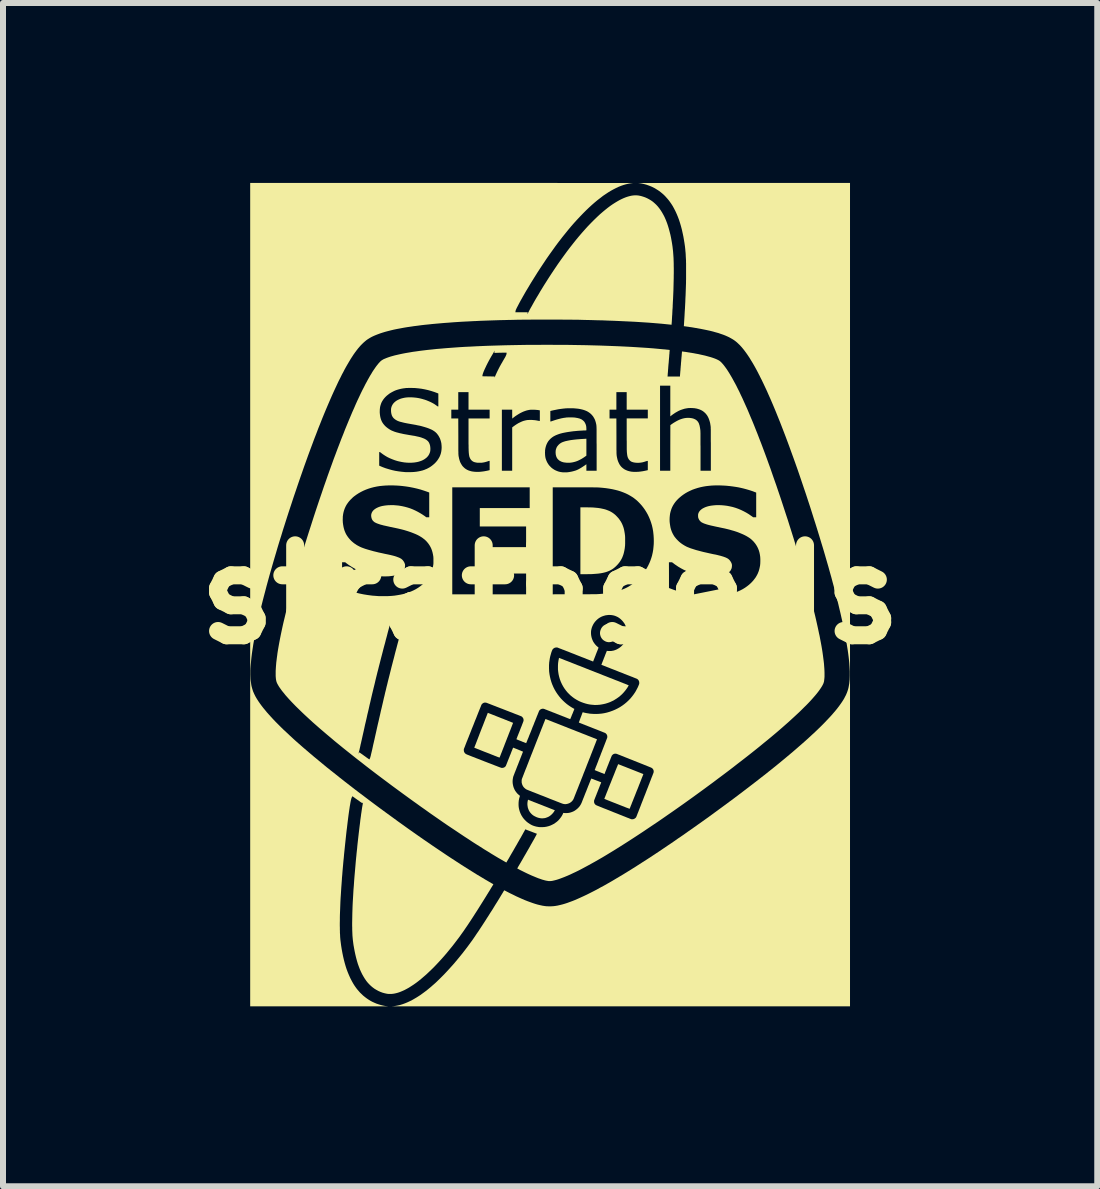
<source format=kicad_pcb>
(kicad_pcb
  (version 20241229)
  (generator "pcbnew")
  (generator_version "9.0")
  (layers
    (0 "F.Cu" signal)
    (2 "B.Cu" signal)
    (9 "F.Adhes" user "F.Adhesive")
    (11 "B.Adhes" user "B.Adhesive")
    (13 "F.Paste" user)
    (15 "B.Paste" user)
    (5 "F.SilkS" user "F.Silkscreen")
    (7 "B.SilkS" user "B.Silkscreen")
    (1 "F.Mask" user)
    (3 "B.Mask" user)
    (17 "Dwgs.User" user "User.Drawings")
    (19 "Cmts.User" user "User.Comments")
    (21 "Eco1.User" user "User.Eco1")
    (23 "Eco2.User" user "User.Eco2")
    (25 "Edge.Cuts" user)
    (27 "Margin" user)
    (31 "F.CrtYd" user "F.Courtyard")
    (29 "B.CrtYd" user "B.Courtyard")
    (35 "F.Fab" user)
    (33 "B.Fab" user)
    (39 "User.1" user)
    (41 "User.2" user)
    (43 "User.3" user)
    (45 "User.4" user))
  (footprint "strathseds"
    (layer "F.Cu")
    (at 6.121 6.863)
    (property "Reference" "strathseds" (at 0 0 0) (layer "F.SilkS") (effects (font (size 1.5 1.5) (thickness 0.3))))
    (attr board_only exclude_from_pos_files exclude_from_bom)
    (fp_poly (pts (xy 0.605 -2.458) (xy 0.605 -2.317) (xy 0.589 -2.305) (xy 0.557 -2.283) (xy 0.525 -2.263) (xy 0.493 -2.246) (xy 0.462 -2.231) (xy 0.43 -2.219) (xy 0.398 -2.21) (xy 0.366 -2.203) (xy 0.334 -2.199) (xy 0.302 -2.198) (xy 0.282 -2.198) (xy 0.255 -2.201) (xy 0.23 -2.204) (xy 0.207 -2.21) (xy 0.187 -2.217) (xy 0.168 -2.227) (xy 0.151 -2.237) (xy 0.138 -2.249) (xy 0.125 -2.262) (xy 0.115 -2.277) (xy 0.106 -2.294) (xy 0.1 -2.312) (xy 0.095 -2.332) (xy 0.094 -2.34) (xy 0.093 -2.352) (xy 0.092 -2.366) (xy 0.092 -2.379) (xy 0.093 -2.393) (xy 0.094 -2.406) (xy 0.096 -2.416) (xy 0.102 -2.435) (xy 0.109 -2.453) (xy 0.118 -2.469) (xy 0.13 -2.484) (xy 0.143 -2.499) (xy 0.151 -2.506) (xy 0.162 -2.516) (xy 0.174 -2.524) (xy 0.187 -2.532) (xy 0.201 -2.539) (xy 0.216 -2.545) (xy 0.234 -2.551) (xy 0.253 -2.557) (xy 0.275 -2.562) (xy 0.284 -2.564) (xy 0.303 -2.568) (xy 0.324 -2.572) (xy 0.346 -2.576) (xy 0.369 -2.579) (xy 0.393 -2.582) (xy 0.42 -2.585) (xy 0.448 -2.588) (xy 0.477 -2.59) (xy 0.509 -2.593) (xy 0.544 -2.595) (xy 0.581 -2.597) (xy 0.592 -2.598) (xy 0.605 -2.599)) (stroke (width 0) (type solid)) (fill yes) (layer "F.SilkS"))
    (fp_poly (pts (xy 0.999 0.489) (xy 1.017 0.493) (xy 1.036 0.5) (xy 1.056 0.509) (xy 1.061 0.511) (xy 1.077 0.521) (xy 1.091 0.533) (xy 1.104 0.547) (xy 1.115 0.563) (xy 1.124 0.58) (xy 1.131 0.598) (xy 1.132 0.602) (xy 1.134 0.612) (xy 1.135 0.623) (xy 1.136 0.635) (xy 1.136 0.647) (xy 1.135 0.658) (xy 1.134 0.666) (xy 1.131 0.675) (xy 1.128 0.685) (xy 1.124 0.696) (xy 1.119 0.707) (xy 1.115 0.716) (xy 1.113 0.719) (xy 1.103 0.735) (xy 1.09 0.749) (xy 1.076 0.761) (xy 1.061 0.771) (xy 1.05 0.777) (xy 1.035 0.783) (xy 1.021 0.788) (xy 1.008 0.791) (xy 0.993 0.792) (xy 0.988 0.793) (xy 0.981 0.793) (xy 0.974 0.793) (xy 0.967 0.792) (xy 0.965 0.792) (xy 0.952 0.79) (xy 0.938 0.786) (xy 0.925 0.781) (xy 0.919 0.778) (xy 0.901 0.768) (xy 0.885 0.757) (xy 0.871 0.743) (xy 0.859 0.728) (xy 0.849 0.711) (xy 0.841 0.693) (xy 0.836 0.674) (xy 0.833 0.661) (xy 0.832 0.644) (xy 0.833 0.625) (xy 0.836 0.607) (xy 0.842 0.589) (xy 0.849 0.571) (xy 0.858 0.555) (xy 0.869 0.54) (xy 0.88 0.528) (xy 0.895 0.515) (xy 0.912 0.505) (xy 0.929 0.497) (xy 0.948 0.491) (xy 0.965 0.488) (xy 0.982 0.487)) (stroke (width 0) (type solid)) (fill yes) (layer "F.SilkS"))
    (fp_poly (pts (xy -0.323 3.437) (xy -0.316 3.44) (xy -0.306 3.444) (xy -0.294 3.448) (xy -0.281 3.454) (xy -0.266 3.46) (xy -0.249 3.466) (xy -0.232 3.473) (xy -0.213 3.48) (xy -0.194 3.488) (xy -0.175 3.495) (xy -0.155 3.503) (xy -0.139 3.509) (xy -0.119 3.517) (xy -0.1 3.525) (xy -0.081 3.532) (xy -0.063 3.539) (xy -0.045 3.546) (xy -0.028 3.553) (xy -0.013 3.559) (xy 0.002 3.565) (xy 0.014 3.57) (xy 0.025 3.574) (xy 0.034 3.577) (xy 0.04 3.58) (xy 0.079 3.595) (xy 0.074 3.604) (xy 0.061 3.625) (xy 0.045 3.645) (xy 0.028 3.663) (xy 0.01 3.679) (xy -0.01 3.694) (xy -0.031 3.706) (xy -0.053 3.715) (xy -0.076 3.723) (xy -0.084 3.725) (xy -0.09 3.726) (xy -0.095 3.727) (xy -0.101 3.728) (xy -0.107 3.728) (xy -0.114 3.729) (xy -0.124 3.73) (xy -0.129 3.73) (xy -0.133 3.73) (xy -0.139 3.73) (xy -0.146 3.73) (xy -0.149 3.729) (xy -0.161 3.728) (xy -0.173 3.726) (xy -0.186 3.723) (xy -0.199 3.72) (xy -0.213 3.715) (xy -0.229 3.709) (xy -0.233 3.707) (xy -0.256 3.696) (xy -0.277 3.684) (xy -0.297 3.669) (xy -0.314 3.653) (xy -0.33 3.635) (xy -0.344 3.615) (xy -0.354 3.597) (xy -0.363 3.575) (xy -0.371 3.552) (xy -0.375 3.528) (xy -0.378 3.504) (xy -0.378 3.479) (xy -0.376 3.455) (xy -0.371 3.432) (xy -0.37 3.426) (xy -0.368 3.419)) (stroke (width 0) (type solid)) (fill yes) (layer "F.SilkS"))
    (fp_poly (pts (xy 0.58 -1.455) (xy 0.613 -1.455) (xy 0.642 -1.454) (xy 0.67 -1.454) (xy 0.696 -1.453) (xy 0.72 -1.452) (xy 0.742 -1.45) (xy 0.764 -1.448) (xy 0.784 -1.446) (xy 0.804 -1.444) (xy 0.823 -1.441) (xy 0.842 -1.438) (xy 0.861 -1.434) (xy 0.865 -1.433) (xy 0.898 -1.426) (xy 0.93 -1.417) (xy 0.959 -1.406) (xy 0.986 -1.395) (xy 1.012 -1.382) (xy 1.037 -1.367) (xy 1.061 -1.35) (xy 1.071 -1.342) (xy 1.087 -1.329) (xy 1.102 -1.314) (xy 1.118 -1.297) (xy 1.134 -1.28) (xy 1.149 -1.262) (xy 1.162 -1.243) (xy 1.178 -1.22) (xy 1.192 -1.195) (xy 1.204 -1.17) (xy 1.215 -1.143) (xy 1.225 -1.114) (xy 1.233 -1.084) (xy 1.239 -1.051) (xy 1.245 -1.017) (xy 1.249 -0.985) (xy 1.25 -0.976) (xy 1.25 -0.965) (xy 1.251 -0.952) (xy 1.251 -0.938) (xy 1.251 -0.922) (xy 1.251 -0.906) (xy 1.251 -0.89) (xy 1.251 -0.874) (xy 1.251 -0.859) (xy 1.251 -0.844) (xy 1.25 -0.831) (xy 1.25 -0.82) (xy 1.249 -0.811) (xy 1.245 -0.774) (xy 1.239 -0.739) (xy 1.232 -0.706) (xy 1.224 -0.675) (xy 1.214 -0.646) (xy 1.203 -0.618) (xy 1.19 -0.592) (xy 1.175 -0.566) (xy 1.159 -0.542) (xy 1.14 -0.518) (xy 1.12 -0.495) (xy 1.105 -0.48) (xy 1.083 -0.459) (xy 1.06 -0.44) (xy 1.036 -0.423) (xy 1.012 -0.409) (xy 0.986 -0.396) (xy 0.959 -0.385) (xy 0.93 -0.375) (xy 0.907 -0.369) (xy 0.887 -0.364) (xy 0.867 -0.36) (xy 0.846 -0.356) (xy 0.824 -0.353) (xy 0.802 -0.35) (xy 0.778 -0.348) (xy 0.753 -0.346) (xy 0.727 -0.344) (xy 0.698 -0.342) (xy 0.668 -0.341) (xy 0.636 -0.341) (xy 0.602 -0.34) (xy 0.566 -0.34) (xy 0.505 -0.34) (xy 0.505 -0.897) (xy 0.505 -1.455)) (stroke (width 0) (type solid)) (fill yes) (layer "F.SilkS"))
    (fp_poly (pts (xy -0.828 2.054) (xy -0.805 2.063) (xy -0.783 2.071) (xy -0.762 2.08) (xy -0.742 2.088) (xy -0.722 2.095) (xy -0.705 2.103) (xy -0.688 2.109) (xy -0.673 2.115) (xy -0.659 2.121) (xy -0.647 2.126) (xy -0.637 2.13) (xy -0.629 2.133) (xy -0.623 2.136) (xy -0.619 2.137) (xy -0.617 2.138) (xy -0.617 2.138) (xy -0.618 2.14) (xy -0.619 2.143) (xy -0.621 2.149) (xy -0.625 2.157) (xy -0.628 2.167) (xy -0.633 2.179) (xy -0.638 2.193) (xy -0.644 2.208) (xy -0.65 2.224) (xy -0.657 2.242) (xy -0.664 2.261) (xy -0.672 2.28) (xy -0.68 2.301) (xy -0.689 2.323) (xy -0.697 2.345) (xy -0.706 2.368) (xy -0.715 2.39) (xy -0.724 2.414) (xy -0.733 2.437) (xy -0.742 2.46) (xy -0.751 2.483) (xy -0.76 2.506) (xy -0.768 2.528) (xy -0.777 2.55) (xy -0.785 2.571) (xy -0.793 2.591) (xy -0.8 2.61) (xy -0.807 2.628) (xy -0.814 2.645) (xy -0.82 2.66) (xy -0.825 2.674) (xy -0.83 2.686) (xy -0.834 2.696) (xy -0.837 2.705) (xy -0.84 2.711) (xy -0.842 2.716) (xy -0.842 2.718) (xy -0.842 2.718) (xy -0.844 2.717) (xy -0.847 2.716) (xy -0.853 2.714) (xy -0.861 2.711) (xy -0.87 2.708) (xy -0.88 2.704) (xy -0.892 2.699) (xy -0.905 2.694) (xy -0.918 2.689) (xy -0.919 2.689) (xy -0.931 2.684) (xy -0.945 2.678) (xy -0.961 2.672) (xy -0.979 2.665) (xy -0.998 2.657) (xy -1.018 2.649) (xy -1.039 2.641) (xy -1.06 2.633) (xy -1.081 2.625) (xy -1.102 2.617) (xy -1.122 2.609) (xy -1.129 2.606) (xy -1.147 2.599) (xy -1.164 2.592) (xy -1.181 2.585) (xy -1.196 2.579) (xy -1.211 2.574) (xy -1.224 2.568) (xy -1.235 2.564) (xy -1.245 2.56) (xy -1.253 2.557) (xy -1.259 2.554) (xy -1.262 2.553) (xy -1.264 2.552) (xy -1.264 2.552) (xy -1.264 2.55) (xy -1.262 2.547) (xy -1.26 2.541) (xy -1.257 2.533) (xy -1.253 2.523) (xy -1.248 2.511) (xy -1.243 2.498) (xy -1.237 2.483) (xy -1.231 2.467) (xy -1.224 2.449) (xy -1.217 2.43) (xy -1.209 2.41) (xy -1.201 2.389) (xy -1.193 2.368) (xy -1.184 2.346) (xy -1.176 2.323) (xy -1.167 2.301) (xy -1.158 2.277) (xy -1.149 2.254) (xy -1.14 2.231) (xy -1.131 2.208) (xy -1.122 2.186) (xy -1.113 2.163) (xy -1.105 2.142) (xy -1.097 2.121) (xy -1.089 2.101) (xy -1.082 2.082) (xy -1.075 2.064) (xy -1.068 2.047) (xy -1.062 2.032) (xy -1.057 2.019) (xy -1.052 2.006) (xy -1.048 1.996) (xy -1.045 1.988) (xy -1.043 1.982) (xy -1.041 1.978) (xy -1.04 1.976) (xy -1.038 1.971)) (stroke (width 0) (type solid)) (fill yes) (layer "F.SilkS"))
    (fp_poly (pts (xy 1.135 2.827) (xy 1.135 2.827) (xy 1.136 2.827) (xy 1.138 2.828) (xy 1.14 2.829) (xy 1.143 2.83) (xy 1.147 2.831) (xy 1.151 2.833) (xy 1.157 2.835) (xy 1.164 2.838) (xy 1.172 2.841) (xy 1.182 2.845) (xy 1.193 2.849) (xy 1.205 2.854) (xy 1.22 2.86) (xy 1.236 2.866) (xy 1.254 2.873) (xy 1.274 2.881) (xy 1.296 2.89) (xy 1.32 2.899) (xy 1.347 2.91) (xy 1.358 2.914) (xy 1.38 2.923) (xy 1.401 2.931) (xy 1.421 2.939) (xy 1.441 2.947) (xy 1.459 2.954) (xy 1.476 2.961) (xy 1.492 2.967) (xy 1.507 2.973) (xy 1.519 2.978) (xy 1.53 2.982) (xy 1.54 2.986) (xy 1.547 2.989) (xy 1.552 2.991) (xy 1.555 2.992) (xy 1.555 2.992) (xy 1.555 2.993) (xy 1.553 2.997) (xy 1.551 3.003) (xy 1.548 3.011) (xy 1.544 3.021) (xy 1.54 3.032) (xy 1.534 3.046) (xy 1.528 3.061) (xy 1.522 3.077) (xy 1.515 3.095) (xy 1.508 3.113) (xy 1.5 3.133) (xy 1.492 3.154) (xy 1.483 3.175) (xy 1.475 3.197) (xy 1.466 3.22) (xy 1.457 3.243) (xy 1.447 3.266) (xy 1.438 3.289) (xy 1.429 3.312) (xy 1.42 3.335) (xy 1.411 3.358) (xy 1.402 3.38) (xy 1.393 3.402) (xy 1.385 3.423) (xy 1.377 3.443) (xy 1.369 3.462) (xy 1.362 3.48) (xy 1.356 3.497) (xy 1.349 3.512) (xy 1.344 3.526) (xy 1.339 3.538) (xy 1.335 3.549) (xy 1.331 3.558) (xy 1.328 3.564) (xy 1.327 3.569) (xy 1.326 3.571) (xy 1.325 3.571) (xy 1.324 3.571) (xy 1.32 3.569) (xy 1.315 3.567) (xy 1.307 3.564) (xy 1.297 3.56) (xy 1.285 3.556) (xy 1.271 3.551) (xy 1.256 3.545) (xy 1.24 3.538) (xy 1.222 3.531) (xy 1.203 3.524) (xy 1.183 3.516) (xy 1.162 3.508) (xy 1.14 3.499) (xy 1.117 3.49) (xy 1.114 3.489) (xy 1.087 3.478) (xy 1.063 3.469) (xy 1.04 3.46) (xy 1.02 3.452) (xy 1.002 3.445) (xy 0.986 3.438) (xy 0.972 3.433) (xy 0.959 3.428) (xy 0.948 3.423) (xy 0.939 3.42) (xy 0.931 3.416) (xy 0.924 3.413) (xy 0.919 3.411) (xy 0.914 3.409) (xy 0.911 3.408) (xy 0.908 3.406) (xy 0.906 3.405) (xy 0.905 3.405) (xy 0.905 3.404) (xy 0.904 3.404) (xy 0.904 3.404) (xy 0.905 3.402) (xy 0.906 3.398) (xy 0.909 3.392) (xy 0.912 3.384) (xy 0.916 3.374) (xy 0.921 3.362) (xy 0.926 3.349) (xy 0.932 3.334) (xy 0.938 3.318) (xy 0.945 3.3) (xy 0.953 3.281) (xy 0.961 3.261) (xy 0.969 3.24) (xy 0.977 3.219) (xy 0.986 3.197) (xy 0.995 3.174) (xy 1.004 3.152) (xy 1.014 3.128) (xy 1.023 3.105) (xy 1.032 3.082) (xy 1.041 3.059) (xy 1.05 3.037) (xy 1.059 3.015) (xy 1.068 2.993) (xy 1.076 2.972) (xy 1.084 2.952) (xy 1.091 2.933) (xy 1.099 2.915) (xy 1.105 2.899) (xy 1.111 2.884) (xy 1.117 2.87) (xy 1.122 2.858) (xy 1.126 2.848) (xy 1.129 2.839) (xy 1.132 2.833) (xy 1.133 2.829) (xy 1.134 2.827) (xy 1.134 2.827) (xy 1.134 2.827) (xy 1.134 2.827) (xy 1.134 2.827)) (stroke (width 0) (type solid)) (fill yes) (layer "F.SilkS"))
    (fp_poly (pts (xy 0.151 1.056) (xy 0.154 1.057) (xy 0.16 1.059) (xy 0.168 1.062) (xy 0.178 1.066) (xy 0.189 1.07) (xy 0.202 1.075) (xy 0.217 1.081) (xy 0.232 1.087) (xy 0.249 1.094) (xy 0.267 1.101) (xy 0.286 1.108) (xy 0.301 1.114) (xy 0.322 1.122) (xy 0.343 1.13) (xy 0.364 1.139) (xy 0.385 1.147) (xy 0.405 1.155) (xy 0.424 1.162) (xy 0.443 1.17) (xy 0.46 1.177) (xy 0.476 1.183) (xy 0.49 1.188) (xy 0.503 1.193) (xy 0.513 1.197) (xy 0.515 1.198) (xy 0.525 1.202) (xy 0.538 1.207) (xy 0.553 1.213) (xy 0.569 1.219) (xy 0.586 1.226) (xy 0.605 1.234) (xy 0.624 1.241) (xy 0.644 1.249) (xy 0.663 1.257) (xy 0.683 1.264) (xy 0.699 1.271) (xy 0.716 1.277) (xy 0.735 1.285) (xy 0.756 1.293) (xy 0.779 1.302) (xy 0.803 1.311) (xy 0.828 1.321) (xy 0.853 1.331) (xy 0.879 1.342) (xy 0.905 1.352) (xy 0.931 1.362) (xy 0.956 1.372) (xy 0.981 1.382) (xy 1.001 1.39) (xy 1.024 1.398) (xy 1.046 1.407) (xy 1.068 1.416) (xy 1.09 1.425) (xy 1.112 1.433) (xy 1.133 1.441) (xy 1.153 1.449) (xy 1.172 1.457) (xy 1.19 1.464) (xy 1.206 1.47) (xy 1.22 1.476) (xy 1.232 1.481) (xy 1.242 1.484) (xy 1.246 1.486) (xy 1.258 1.491) (xy 1.27 1.495) (xy 1.28 1.5) (xy 1.29 1.504) (xy 1.298 1.507) (xy 1.304 1.51) (xy 1.308 1.512) (xy 1.31 1.513) (xy 1.311 1.513) (xy 1.31 1.515) (xy 1.308 1.518) (xy 1.305 1.523) (xy 1.302 1.529) (xy 1.297 1.536) (xy 1.293 1.544) (xy 1.289 1.551) (xy 1.284 1.557) (xy 1.28 1.563) (xy 1.279 1.565) (xy 1.254 1.599) (xy 1.228 1.63) (xy 1.2 1.66) (xy 1.17 1.687) (xy 1.139 1.712) (xy 1.106 1.735) (xy 1.072 1.756) (xy 1.036 1.775) (xy 1 1.792) (xy 0.962 1.806) (xy 0.923 1.818) (xy 0.883 1.827) (xy 0.843 1.834) (xy 0.819 1.837) (xy 0.811 1.837) (xy 0.802 1.838) (xy 0.792 1.839) (xy 0.781 1.839) (xy 0.77 1.839) (xy 0.759 1.84) (xy 0.75 1.84) (xy 0.741 1.84) (xy 0.735 1.839) (xy 0.735 1.839) (xy 0.716 1.838) (xy 0.698 1.836) (xy 0.683 1.835) (xy 0.669 1.833) (xy 0.655 1.831) (xy 0.641 1.828) (xy 0.633 1.827) (xy 0.594 1.817) (xy 0.556 1.805) (xy 0.518 1.791) (xy 0.481 1.775) (xy 0.446 1.756) (xy 0.412 1.735) (xy 0.407 1.732) (xy 0.374 1.708) (xy 0.343 1.683) (xy 0.314 1.655) (xy 0.286 1.626) (xy 0.261 1.595) (xy 0.237 1.562) (xy 0.216 1.528) (xy 0.197 1.493) (xy 0.18 1.456) (xy 0.175 1.444) (xy 0.161 1.405) (xy 0.15 1.366) (xy 0.141 1.326) (xy 0.135 1.285) (xy 0.132 1.257) (xy 0.131 1.248) (xy 0.131 1.237) (xy 0.131 1.225) (xy 0.131 1.212) (xy 0.131 1.198) (xy 0.131 1.184) (xy 0.132 1.171) (xy 0.132 1.159) (xy 0.133 1.148) (xy 0.134 1.14) (xy 0.134 1.139) (xy 0.135 1.129) (xy 0.137 1.119) (xy 0.138 1.108) (xy 0.14 1.098) (xy 0.142 1.088) (xy 0.144 1.079) (xy 0.145 1.07) (xy 0.147 1.064) (xy 0.148 1.059) (xy 0.149 1.056) (xy 0.149 1.056)) (stroke (width 0) (type solid)) (fill yes) (layer "F.SilkS"))
    (fp_poly (pts (xy -0.076 2.075) (xy -0.073 2.076) (xy -0.068 2.077) (xy -0.062 2.08) (xy -0.061 2.08) (xy -0.058 2.081) (xy -0.053 2.083) (xy -0.046 2.086) (xy -0.037 2.089) (xy -0.025 2.094) (xy -0.012 2.099) (xy 0.003 2.105) (xy 0.021 2.112) (xy 0.039 2.119) (xy 0.06 2.128) (xy 0.082 2.136) (xy 0.105 2.145) (xy 0.13 2.155) (xy 0.156 2.165) (xy 0.183 2.176) (xy 0.212 2.187) (xy 0.241 2.199) (xy 0.271 2.21) (xy 0.301 2.223) (xy 0.333 2.235) (xy 0.365 2.248) (xy 0.368 2.249) (xy 0.4 2.261) (xy 0.431 2.274) (xy 0.462 2.286) (xy 0.491 2.297) (xy 0.52 2.309) (xy 0.548 2.32) (xy 0.574 2.33) (xy 0.6 2.34) (xy 0.624 2.35) (xy 0.647 2.359) (xy 0.668 2.367) (xy 0.688 2.375) (xy 0.706 2.382) (xy 0.723 2.389) (xy 0.737 2.394) (xy 0.75 2.399) (xy 0.761 2.404) (xy 0.769 2.407) (xy 0.776 2.41) (xy 0.78 2.411) (xy 0.782 2.412) (xy 0.782 2.412) (xy 0.781 2.413) (xy 0.78 2.417) (xy 0.778 2.423) (xy 0.775 2.431) (xy 0.771 2.441) (xy 0.766 2.453) (xy 0.761 2.467) (xy 0.755 2.483) (xy 0.748 2.5) (xy 0.741 2.518) (xy 0.733 2.538) (xy 0.725 2.559) (xy 0.717 2.581) (xy 0.707 2.604) (xy 0.698 2.629) (xy 0.688 2.653) (xy 0.678 2.679) (xy 0.678 2.679) (xy 0.667 2.709) (xy 0.654 2.74) (xy 0.641 2.773) (xy 0.628 2.806) (xy 0.614 2.841) (xy 0.601 2.876) (xy 0.587 2.911) (xy 0.573 2.947) (xy 0.559 2.981) (xy 0.546 3.016) (xy 0.533 3.049) (xy 0.52 3.081) (xy 0.508 3.112) (xy 0.497 3.14) (xy 0.486 3.167) (xy 0.483 3.174) (xy 0.474 3.198) (xy 0.465 3.221) (xy 0.456 3.244) (xy 0.447 3.265) (xy 0.439 3.286) (xy 0.431 3.306) (xy 0.424 3.324) (xy 0.417 3.341) (xy 0.411 3.356) (xy 0.406 3.37) (xy 0.401 3.382) (xy 0.397 3.393) (xy 0.393 3.401) (xy 0.391 3.407) (xy 0.389 3.411) (xy 0.388 3.412) (xy 0.383 3.421) (xy 0.378 3.429) (xy 0.371 3.437) (xy 0.364 3.445) (xy 0.355 3.454) (xy 0.346 3.461) (xy 0.336 3.468) (xy 0.329 3.473) (xy 0.313 3.48) (xy 0.297 3.486) (xy 0.28 3.49) (xy 0.262 3.493) (xy 0.245 3.493) (xy 0.236 3.492) (xy 0.229 3.491) (xy 0.222 3.49) (xy 0.216 3.488) (xy 0.213 3.487) (xy 0.208 3.486) (xy 0.201 3.483) (xy 0.192 3.48) (xy 0.181 3.476) (xy 0.169 3.471) (xy 0.155 3.466) (xy 0.141 3.46) (xy 0.125 3.454) (xy 0.109 3.448) (xy 0.092 3.441) (xy 0.09 3.44) (xy 0.075 3.434) (xy 0.056 3.427) (xy 0.036 3.419) (xy 0.015 3.411) (xy -0.008 3.402) (xy -0.032 3.392) (xy -0.057 3.382) (xy -0.082 3.372) (xy -0.107 3.362) (xy -0.133 3.352) (xy -0.158 3.343) (xy -0.182 3.333) (xy -0.204 3.324) (xy -0.225 3.316) (xy -0.245 3.308) (xy -0.265 3.3) (xy -0.284 3.293) (xy -0.302 3.286) (xy -0.318 3.279) (xy -0.334 3.273) (xy -0.347 3.268) (xy -0.359 3.263) (xy -0.37 3.259) (xy -0.378 3.255) (xy -0.385 3.253) (xy -0.389 3.251) (xy -0.391 3.25) (xy -0.406 3.241) (xy -0.42 3.23) (xy -0.429 3.222) (xy -0.443 3.207) (xy -0.454 3.19) (xy -0.463 3.172) (xy -0.469 3.153) (xy -0.473 3.139) (xy -0.474 3.13) (xy -0.474 3.12) (xy -0.474 3.108) (xy -0.474 3.097) (xy -0.473 3.086) (xy -0.471 3.077) (xy -0.471 3.077) (xy -0.47 3.075) (xy -0.469 3.07) (xy -0.466 3.063) (xy -0.463 3.055) (xy -0.458 3.043) (xy -0.453 3.03) (xy -0.448 3.016) (xy -0.441 2.999) (xy -0.434 2.98) (xy -0.426 2.96) (xy -0.418 2.939) (xy -0.409 2.916) (xy -0.399 2.892) (xy -0.389 2.867) (xy -0.379 2.84) (xy -0.368 2.813) (xy -0.357 2.784) (xy -0.346 2.755) (xy -0.334 2.725) (xy -0.322 2.695) (xy -0.319 2.686) (xy -0.306 2.654) (xy -0.293 2.622) (xy -0.281 2.59) (xy -0.268 2.558) (xy -0.256 2.527) (xy -0.244 2.496) (xy -0.232 2.465) (xy -0.22 2.435) (xy -0.209 2.407) (xy -0.198 2.379) (xy -0.187 2.352) (xy -0.177 2.327) (xy -0.168 2.303) (xy -0.159 2.281) (xy -0.151 2.26) (xy -0.144 2.241) (xy -0.137 2.225) (xy -0.131 2.21) (xy -0.126 2.197) (xy -0.124 2.191) (xy -0.117 2.174) (xy -0.111 2.158) (xy -0.105 2.143) (xy -0.099 2.129) (xy -0.094 2.116) (xy -0.09 2.105) (xy -0.086 2.095) (xy -0.083 2.087) (xy -0.08 2.08) (xy -0.078 2.076) (xy -0.078 2.075) (xy -0.078 2.075)) (stroke (width 0) (type solid)) (fill yes) (layer "F.SilkS"))
    (fp_poly (pts (xy 5 0.001) (xy 5 6.864) (xy 1.18 6.864) (xy 1.079 6.864) (xy 0.979 6.864) (xy 0.879 6.864) (xy 0.78 6.864) (xy 0.682 6.864) (xy 0.584 6.864) (xy 0.488 6.864) (xy 0.392 6.864) (xy 0.297 6.864) (xy 0.202 6.864) (xy 0.109 6.864) (xy 0.017 6.864) (xy -0.074 6.864) (xy -0.165 6.864) (xy -0.254 6.864) (xy -0.342 6.864) (xy -0.429 6.864) (xy -0.515 6.864) (xy -0.599 6.864) (xy -0.683 6.864) (xy -0.765 6.864) (xy -0.846 6.864) (xy -0.925 6.864) (xy -1.003 6.864) (xy -1.08 6.864) (xy -1.155 6.864) (xy -1.229 6.864) (xy -1.302 6.864) (xy -1.372 6.864) (xy -1.442 6.864) (xy -1.509 6.864) (xy -1.575 6.864) (xy -1.64 6.864) (xy -1.702 6.864) (xy -1.763 6.864) (xy -1.823 6.864) (xy -1.88 6.864) (xy -1.936 6.864) (xy -1.989 6.864) (xy -2.041 6.864) (xy -2.091 6.864) (xy -2.139 6.864) (xy -2.185 6.864) (xy -2.229 6.864) (xy -2.271 6.864) (xy -2.31 6.864) (xy -2.348 6.864) (xy -2.384 6.864) (xy -2.417 6.864) (xy -2.448 6.864) (xy -2.477 6.864) (xy -2.503 6.864) (xy -2.527 6.864) (xy -2.549 6.864) (xy -2.569 6.864) (xy -2.586 6.864) (xy -2.6 6.864) (xy -2.612 6.864) (xy -2.622 6.864) (xy -2.629 6.864) (xy -2.633 6.864) (xy -2.635 6.864) (xy -2.635 6.863) (xy -2.632 6.863) (xy -2.626 6.863) (xy -2.62 6.862) (xy -2.613 6.862) (xy -2.576 6.857) (xy -2.538 6.85) (xy -2.499 6.841) (xy -2.46 6.829) (xy -2.419 6.814) (xy -2.378 6.797) (xy -2.337 6.778) (xy -2.294 6.756) (xy -2.251 6.731) (xy -2.208 6.705) (xy -2.163 6.676) (xy -2.119 6.644) (xy -2.073 6.61) (xy -2.028 6.574) (xy -1.981 6.535) (xy -1.961 6.517) (xy -1.916 6.478) (xy -1.871 6.435) (xy -1.826 6.391) (xy -1.78 6.345) (xy -1.734 6.297) (xy -1.687 6.246) (xy -1.641 6.195) (xy -1.594 6.142) (xy -1.548 6.087) (xy -1.502 6.031) (xy -1.457 5.975) (xy -1.412 5.917) (xy -1.368 5.859) (xy -1.325 5.8) (xy -1.29 5.752) (xy -1.268 5.72) (xy -1.245 5.686) (xy -1.221 5.65) (xy -1.195 5.613) (xy -1.169 5.573) (xy -1.142 5.532) (xy -1.114 5.489) (xy -1.086 5.446) (xy -1.057 5.4) (xy -1.027 5.354) (xy -0.998 5.307) (xy -0.967 5.26) (xy -0.937 5.211) (xy -0.907 5.162) (xy -0.876 5.113) (xy -0.846 5.064) (xy -0.816 5.014) (xy -0.786 4.965) (xy -0.784 4.961) (xy -0.779 4.952) (xy -0.774 4.945) (xy -0.77 4.939) (xy -0.767 4.934) (xy -0.765 4.931) (xy -0.764 4.93) (xy -0.764 4.93) (xy -0.762 4.93) (xy -0.759 4.932) (xy -0.754 4.935) (xy -0.747 4.938) (xy -0.739 4.942) (xy -0.73 4.947) (xy -0.726 4.949) (xy -0.67 4.978) (xy -0.616 5.004) (xy -0.564 5.03) (xy -0.513 5.053) (xy -0.464 5.075) (xy -0.417 5.095) (xy -0.371 5.113) (xy -0.327 5.129) (xy -0.285 5.144) (xy -0.245 5.157) (xy -0.207 5.168) (xy -0.17 5.177) (xy -0.137 5.184) (xy -0.119 5.188) (xy -0.102 5.19) (xy -0.086 5.193) (xy -0.072 5.194) (xy -0.057 5.196) (xy -0.041 5.196) (xy -0.025 5.197) (xy -0.006 5.197) (xy -0.005 5.197) (xy 0.014 5.197) (xy 0.03 5.196) (xy 0.046 5.195) (xy 0.061 5.194) (xy 0.076 5.192) (xy 0.092 5.19) (xy 0.109 5.187) (xy 0.127 5.184) (xy 0.135 5.182) (xy 0.17 5.174) (xy 0.206 5.165) (xy 0.244 5.154) (xy 0.284 5.141) (xy 0.325 5.126) (xy 0.369 5.11) (xy 0.414 5.092) (xy 0.46 5.072) (xy 0.509 5.05) (xy 0.559 5.027) (xy 0.612 5.002) (xy 0.666 4.975) (xy 0.721 4.947) (xy 0.779 4.917) (xy 0.838 4.884) (xy 0.9 4.851) (xy 0.963 4.815) (xy 1.028 4.778) (xy 1.095 4.738) (xy 1.164 4.697) (xy 1.234 4.655) (xy 1.307 4.61) (xy 1.381 4.564) (xy 1.458 4.515) (xy 1.536 4.465) (xy 1.616 4.414) (xy 1.651 4.391) (xy 1.727 4.341) (xy 1.806 4.289) (xy 1.886 4.235) (xy 1.967 4.18) (xy 2.05 4.124) (xy 2.133 4.066) (xy 2.218 4.008) (xy 2.303 3.948) (xy 2.389 3.888) (xy 2.475 3.827) (xy 2.562 3.765) (xy 2.649 3.703) (xy 2.735 3.64) (xy 2.821 3.577) (xy 2.907 3.514) (xy 2.992 3.451) (xy 3.076 3.389) (xy 3.159 3.326) (xy 3.241 3.264) (xy 3.322 3.202) (xy 3.401 3.141) (xy 3.479 3.081) (xy 3.487 3.074) (xy 3.57 3.01) (xy 3.649 2.947) (xy 3.727 2.885) (xy 3.802 2.824) (xy 3.875 2.764) (xy 3.945 2.706) (xy 4.013 2.649) (xy 4.079 2.593) (xy 4.142 2.538) (xy 4.203 2.485) (xy 4.262 2.433) (xy 4.318 2.382) (xy 4.372 2.332) (xy 4.424 2.284) (xy 4.473 2.237) (xy 4.52 2.191) (xy 4.565 2.146) (xy 4.607 2.102) (xy 4.647 2.06) (xy 4.685 2.019) (xy 4.72 1.979) (xy 4.736 1.96) (xy 4.76 1.932) (xy 4.783 1.904) (xy 4.805 1.875) (xy 4.826 1.847) (xy 4.846 1.819) (xy 4.864 1.793) (xy 4.881 1.767) (xy 4.896 1.743) (xy 4.898 1.739) (xy 4.904 1.729) (xy 4.91 1.717) (xy 4.916 1.705) (xy 4.923 1.692) (xy 4.93 1.679) (xy 4.936 1.666) (xy 4.941 1.654) (xy 4.945 1.644) (xy 4.947 1.64) (xy 4.958 1.61) (xy 4.968 1.579) (xy 4.976 1.547) (xy 4.982 1.513) (xy 4.988 1.478) (xy 4.991 1.447) (xy 4.994 1.417) (xy 4.995 1.385) (xy 4.996 1.352) (xy 4.996 1.316) (xy 4.996 1.279) (xy 4.994 1.241) (xy 4.992 1.202) (xy 4.991 1.189) (xy 4.988 1.141) (xy 4.983 1.091) (xy 4.977 1.038) (xy 4.97 0.983) (xy 4.962 0.926) (xy 4.952 0.866) (xy 4.942 0.804) (xy 4.931 0.74) (xy 4.918 0.673) (xy 4.905 0.605) (xy 4.89 0.534) (xy 4.875 0.461) (xy 4.858 0.386) (xy 4.841 0.31) (xy 4.822 0.231) (xy 4.803 0.15) (xy 4.782 0.067) (xy 4.76 -0.018) (xy 4.738 -0.105) (xy 4.714 -0.193) (xy 4.69 -0.284) (xy 4.664 -0.376) (xy 4.638 -0.47) (xy 4.61 -0.566) (xy 4.582 -0.663) (xy 4.553 -0.762) (xy 4.522 -0.863) (xy 4.491 -0.966) (xy 4.459 -1.07) (xy 4.426 -1.176) (xy 4.4 -1.257) (xy 4.366 -1.365) (xy 4.332 -1.472) (xy 4.297 -1.578) (xy 4.263 -1.682) (xy 4.228 -1.785) (xy 4.194 -1.886) (xy 4.16 -1.986) (xy 4.126 -2.085) (xy 4.092 -2.181) (xy 4.058 -2.276) (xy 4.024 -2.369) (xy 3.991 -2.461) (xy 3.958 -2.55) (xy 3.925 -2.638) (xy 3.892 -2.724) (xy 3.86 -2.807) (xy 3.828 -2.889) (xy 3.796 -2.968) (xy 3.765 -3.045) (xy 3.734 -3.12) (xy 3.703 -3.193) (xy 3.673 -3.263) (xy 3.643 -3.33) (xy 3.614 -3.396) (xy 3.585 -3.458) (xy 3.574 -3.481) (xy 3.563 -3.505) (xy 3.551 -3.53) (xy 3.539 -3.555) (xy 3.527 -3.58) (xy 3.514 -3.605) (xy 3.502 -3.629) (xy 3.491 -3.652) (xy 3.479 -3.674) (xy 3.469 -3.695) (xy 3.459 -3.713) (xy 3.457 -3.718) (xy 3.43 -3.768) (xy 3.404 -3.815) (xy 3.378 -3.86) (xy 3.352 -3.902) (xy 3.328 -3.942) (xy 3.303 -3.98) (xy 3.279 -4.015) (xy 3.255 -4.048) (xy 3.232 -4.079) (xy 3.209 -4.107) (xy 3.186 -4.134) (xy 3.163 -4.159) (xy 3.14 -4.181) (xy 3.118 -4.202) (xy 3.095 -4.221) (xy 3.091 -4.224) (xy 3.067 -4.242) (xy 3.042 -4.258) (xy 3.014 -4.274) (xy 2.985 -4.29) (xy 2.953 -4.305) (xy 2.919 -4.32) (xy 2.883 -4.334) (xy 2.844 -4.347) (xy 2.804 -4.361) (xy 2.76 -4.373) (xy 2.715 -4.386) (xy 2.667 -4.398) (xy 2.616 -4.409) (xy 2.563 -4.42) (xy 2.508 -4.431) (xy 2.463 -4.439) (xy 2.444 -4.443) (xy 2.422 -4.446) (xy 2.399 -4.45) (xy 2.376 -4.454) (xy 2.352 -4.458) (xy 2.327 -4.461) (xy 2.304 -4.465) (xy 2.281 -4.468) (xy 2.26 -4.471) (xy 2.241 -4.474) (xy 2.237 -4.474) (xy 2.23 -4.475) (xy 2.233 -4.52) (xy 2.237 -4.584) (xy 2.241 -4.646) (xy 2.244 -4.706) (xy 2.248 -4.764) (xy 2.251 -4.822) (xy 2.254 -4.879) (xy 2.256 -4.936) (xy 2.259 -4.992) (xy 2.261 -5.05) (xy 2.263 -5.108) (xy 2.265 -5.168) (xy 2.266 -5.195) (xy 2.266 -5.207) (xy 2.266 -5.221) (xy 2.266 -5.237) (xy 2.267 -5.255) (xy 2.267 -5.274) (xy 2.267 -5.294) (xy 2.267 -5.315) (xy 2.267 -5.337) (xy 2.267 -5.36) (xy 2.267 -5.382) (xy 2.267 -5.405) (xy 2.267 -5.427) (xy 2.267 -5.448) (xy 2.267 -5.469) (xy 2.267 -5.489) (xy 2.267 -5.508) (xy 2.267 -5.525) (xy 2.266 -5.54) (xy 2.266 -5.553) (xy 2.266 -5.564) (xy 2.266 -5.571) (xy 2.264 -5.606) (xy 2.262 -5.639) (xy 2.261 -5.669) (xy 2.259 -5.699) (xy 2.256 -5.727) (xy 2.254 -5.754) (xy 2.251 -5.781) (xy 2.248 -5.808) (xy 2.244 -5.835) (xy 2.24 -5.863) (xy 2.235 -5.892) (xy 2.234 -5.9) (xy 2.223 -5.964) (xy 2.21 -6.026) (xy 2.197 -6.085) (xy 2.182 -6.142) (xy 2.166 -6.196) (xy 2.149 -6.249) (xy 2.13 -6.299) (xy 2.11 -6.347) (xy 2.089 -6.393) (xy 2.067 -6.436) (xy 2.044 -6.478) (xy 2.019 -6.517) (xy 1.993 -6.554) (xy 1.965 -6.59) (xy 1.961 -6.594) (xy 1.934 -6.625) (xy 1.907 -6.654) (xy 1.879 -6.68) (xy 1.849 -6.705) (xy 1.818 -6.729) (xy 1.798 -6.742) (xy 1.771 -6.759) (xy 1.745 -6.775) (xy 1.718 -6.789) (xy 1.691 -6.802) (xy 1.688 -6.803) (xy 1.661 -6.814) (xy 1.634 -6.824) (xy 1.605 -6.834) (xy 1.576 -6.842) (xy 1.547 -6.849) (xy 1.519 -6.855) (xy 1.493 -6.859) (xy 1.467 -6.862) (xy 1.462 -6.862) (xy 1.463 -6.862) (xy 1.467 -6.862) (xy 1.473 -6.862) (xy 1.482 -6.862) (xy 1.493 -6.862) (xy 1.507 -6.862) (xy 1.523 -6.862) (xy 1.541 -6.862) (xy 1.562 -6.862) (xy 1.585 -6.862) (xy 1.61 -6.862) (xy 1.637 -6.862) (xy 1.666 -6.862) (xy 1.697 -6.862) (xy 1.731 -6.862) (xy 1.766 -6.862) (xy 1.803 -6.862) (xy 1.842 -6.862) (xy 1.883 -6.862) (xy 1.925 -6.862) (xy 1.969 -6.862) (xy 2.015 -6.863) (xy 2.063 -6.863) (xy 2.112 -6.863) (xy 2.162 -6.863) (xy 2.214 -6.863) (xy 2.267 -6.863) (xy 2.322 -6.863) (xy 2.378 -6.863) (xy 2.435 -6.863) (xy 2.493 -6.863) (xy 2.553 -6.863) (xy 2.614 -6.863) (xy 2.675 -6.863) (xy 2.738 -6.863) (xy 2.802 -6.863) (xy 2.866 -6.863) (xy 2.932 -6.863) (xy 2.998 -6.863) (xy 3.065 -6.863) (xy 3.133 -6.863) (xy 3.202 -6.863) (xy 3.228 -6.863) (xy 5 -6.863)) (stroke (width 0) (type solid)) (fill yes) (layer "F.SilkS"))
    (fp_poly (pts (xy -1.802 -6.863) (xy -1.709 -6.863) (xy -1.618 -6.863) (xy -1.526 -6.863) (xy -1.436 -6.863) (xy -1.346 -6.863) (xy -1.258 -6.863) (xy -1.17 -6.863) (xy -1.083 -6.863) (xy -0.996 -6.863) (xy -0.911 -6.863) (xy -0.827 -6.863) (xy -0.743 -6.863) (xy -0.661 -6.863) (xy -0.58 -6.863) (xy -0.5 -6.863) (xy -0.421 -6.863) (xy -0.343 -6.863) (xy -0.266 -6.863) (xy -0.191 -6.863) (xy -0.117 -6.863) (xy -0.044 -6.863) (xy 0.027 -6.863) (xy 0.097 -6.863) (xy 0.166 -6.862) (xy 0.233 -6.862) (xy 0.298 -6.862) (xy 0.362 -6.862) (xy 0.425 -6.862) (xy 0.485 -6.862) (xy 0.545 -6.862) (xy 0.602 -6.862) (xy 0.658 -6.862) (xy 0.712 -6.862) (xy 0.764 -6.862) (xy 0.814 -6.862) (xy 0.863 -6.862) (xy 0.909 -6.862) (xy 0.954 -6.862) (xy 0.996 -6.862) (xy 1.037 -6.862) (xy 1.075 -6.862) (xy 1.112 -6.862) (xy 1.146 -6.862) (xy 1.178 -6.862) (xy 1.208 -6.862) (xy 1.236 -6.862) (xy 1.262 -6.862) (xy 1.285 -6.862) (xy 1.306 -6.862) (xy 1.324 -6.862) (xy 1.34 -6.862) (xy 1.354 -6.862) (xy 1.365 -6.862) (xy 1.373 -6.862) (xy 1.379 -6.862) (xy 1.383 -6.862) (xy 1.383 -6.862) (xy 1.344 -6.857) (xy 1.305 -6.85) (xy 1.265 -6.841) (xy 1.224 -6.829) (xy 1.183 -6.815) (xy 1.141 -6.798) (xy 1.099 -6.778) (xy 1.056 -6.756) (xy 1.012 -6.732) (xy 0.968 -6.705) (xy 0.929 -6.679) (xy 0.883 -6.648) (xy 0.838 -6.613) (xy 0.791 -6.577) (xy 0.744 -6.538) (xy 0.696 -6.496) (xy 0.648 -6.452) (xy 0.6 -6.406) (xy 0.551 -6.357) (xy 0.502 -6.306) (xy 0.452 -6.253) (xy 0.402 -6.198) (xy 0.352 -6.141) (xy 0.302 -6.081) (xy 0.252 -6.019) (xy 0.201 -5.956) (xy 0.193 -5.945) (xy 0.143 -5.881) (xy 0.093 -5.814) (xy 0.043 -5.744) (xy -0.008 -5.673) (xy -0.059 -5.6) (xy -0.109 -5.525) (xy -0.16 -5.448) (xy -0.211 -5.37) (xy -0.261 -5.29) (xy -0.311 -5.21) (xy -0.32 -5.195) (xy -0.34 -5.162) (xy -0.36 -5.128) (xy -0.38 -5.095) (xy -0.4 -5.062) (xy -0.419 -5.029) (xy -0.437 -4.997) (xy -0.455 -4.966) (xy -0.472 -4.935) (xy -0.489 -4.906) (xy -0.504 -4.878) (xy -0.518 -4.852) (xy -0.531 -4.827) (xy -0.543 -4.804) (xy -0.552 -4.787) (xy -0.558 -4.775) (xy -0.563 -4.764) (xy -0.567 -4.755) (xy -0.571 -4.747) (xy -0.573 -4.74) (xy -0.575 -4.734) (xy -0.576 -4.727) (xy -0.577 -4.721) (xy -0.578 -4.715) (xy -0.579 -4.707) (xy -0.476 -4.707) (xy -0.373 -4.707) (xy -0.374 -4.703) (xy -0.375 -4.697) (xy -0.376 -4.69) (xy -0.377 -4.684) (xy -0.378 -4.679) (xy -0.378 -4.676) (xy -0.379 -4.674) (xy -0.378 -4.675) (xy -0.377 -4.678) (xy -0.374 -4.682) (xy -0.371 -4.688) (xy -0.367 -4.695) (xy -0.367 -4.697) (xy -0.353 -4.723) (xy -0.339 -4.751) (xy -0.323 -4.78) (xy -0.305 -4.811) (xy -0.287 -4.844) (xy -0.268 -4.878) (xy -0.248 -4.913) (xy -0.227 -4.949) (xy -0.205 -4.985) (xy -0.183 -5.022) (xy -0.161 -5.06) (xy -0.138 -5.097) (xy -0.115 -5.135) (xy -0.092 -5.172) (xy -0.081 -5.189) (xy -0.029 -5.271) (xy 0.023 -5.351) (xy 0.075 -5.429) (xy 0.127 -5.506) (xy 0.179 -5.58) (xy 0.231 -5.652) (xy 0.282 -5.722) (xy 0.334 -5.79) (xy 0.385 -5.855) (xy 0.436 -5.919) (xy 0.486 -5.979) (xy 0.536 -6.037) (xy 0.569 -6.074) (xy 0.6 -6.109) (xy 0.631 -6.143) (xy 0.664 -6.177) (xy 0.696 -6.21) (xy 0.728 -6.242) (xy 0.76 -6.273) (xy 0.791 -6.303) (xy 0.821 -6.331) (xy 0.84 -6.348) (xy 0.882 -6.384) (xy 0.923 -6.418) (xy 0.963 -6.45) (xy 1.003 -6.48) (xy 1.042 -6.507) (xy 1.081 -6.532) (xy 1.119 -6.555) (xy 1.156 -6.576) (xy 1.192 -6.594) (xy 1.227 -6.61) (xy 1.262 -6.624) (xy 1.295 -6.635) (xy 1.328 -6.644) (xy 1.336 -6.646) (xy 1.365 -6.652) (xy 1.392 -6.655) (xy 1.418 -6.657) (xy 1.443 -6.657) (xy 1.446 -6.656) (xy 1.459 -6.655) (xy 1.47 -6.654) (xy 1.48 -6.652) (xy 1.492 -6.65) (xy 1.505 -6.647) (xy 1.512 -6.646) (xy 1.549 -6.635) (xy 1.584 -6.623) (xy 1.618 -6.608) (xy 1.65 -6.591) (xy 1.682 -6.572) (xy 1.712 -6.551) (xy 1.74 -6.527) (xy 1.768 -6.501) (xy 1.794 -6.473) (xy 1.819 -6.442) (xy 1.842 -6.41) (xy 1.865 -6.374) (xy 1.886 -6.337) (xy 1.907 -6.297) (xy 1.926 -6.254) (xy 1.935 -6.232) (xy 1.951 -6.19) (xy 1.966 -6.145) (xy 1.98 -6.098) (xy 1.993 -6.049) (xy 2.006 -5.998) (xy 2.017 -5.945) (xy 2.027 -5.89) (xy 2.028 -5.884) (xy 2.033 -5.855) (xy 2.037 -5.828) (xy 2.041 -5.801) (xy 2.044 -5.774) (xy 2.047 -5.748) (xy 2.05 -5.722) (xy 2.052 -5.695) (xy 2.054 -5.668) (xy 2.056 -5.64) (xy 2.058 -5.611) (xy 2.059 -5.581) (xy 2.06 -5.55) (xy 2.061 -5.516) (xy 2.061 -5.481) (xy 2.062 -5.444) (xy 2.062 -5.404) (xy 2.062 -5.396) (xy 2.062 -5.356) (xy 2.061 -5.317) (xy 2.061 -5.278) (xy 2.06 -5.238) (xy 2.059 -5.198) (xy 2.058 -5.157) (xy 2.057 -5.115) (xy 2.056 -5.072) (xy 2.054 -5.027) (xy 2.052 -4.981) (xy 2.05 -4.932) (xy 2.047 -4.881) (xy 2.045 -4.838) (xy 2.044 -4.822) (xy 2.044 -4.806) (xy 2.043 -4.788) (xy 2.042 -4.769) (xy 2.04 -4.749) (xy 2.039 -4.728) (xy 2.038 -4.707) (xy 2.037 -4.686) (xy 2.036 -4.664) (xy 2.034 -4.644) (xy 2.033 -4.623) (xy 2.032 -4.604) (xy 2.031 -4.585) (xy 2.03 -4.568) (xy 2.029 -4.552) (xy 2.028 -4.538) (xy 2.027 -4.526) (xy 2.026 -4.517) (xy 2.026 -4.51) (xy 2.025 -4.499) (xy 1.996 -4.502) (xy 1.928 -4.509) (xy 1.859 -4.516) (xy 1.788 -4.522) (xy 1.715 -4.528) (xy 1.64 -4.534) (xy 1.563 -4.539) (xy 1.485 -4.544) (xy 1.404 -4.549) (xy 1.322 -4.553) (xy 1.237 -4.557) (xy 1.15 -4.561) (xy 1.061 -4.565) (xy 0.97 -4.568) (xy 0.877 -4.572) (xy 0.781 -4.574) (xy 0.682 -4.577) (xy 0.582 -4.579) (xy 0.478 -4.582) (xy 0.387 -4.583) (xy 0.373 -4.583) (xy 0.356 -4.584) (xy 0.337 -4.584) (xy 0.317 -4.584) (xy 0.294 -4.584) (xy 0.269 -4.584) (xy 0.243 -4.584) (xy 0.215 -4.584) (xy 0.186 -4.585) (xy 0.156 -4.585) (xy 0.124 -4.585) (xy 0.092 -4.585) (xy 0.059 -4.585) (xy 0.026 -4.585) (xy -0.007 -4.585) (xy -0.041 -4.585) (xy -0.075 -4.585) (xy -0.109 -4.585) (xy -0.142 -4.585) (xy -0.175 -4.585) (xy -0.207 -4.585) (xy -0.239 -4.585) (xy -0.269 -4.585) (xy -0.299 -4.585) (xy -0.327 -4.584) (xy -0.353 -4.584) (xy -0.378 -4.584) (xy -0.402 -4.584) (xy -0.423 -4.584) (xy -0.442 -4.584) (xy -0.459 -4.584) (xy -0.474 -4.583) (xy -0.48 -4.583) (xy -0.554 -4.582) (xy -0.626 -4.58) (xy -0.695 -4.579) (xy -0.762 -4.577) (xy -0.826 -4.576) (xy -0.889 -4.574) (xy -0.95 -4.572) (xy -1.009 -4.57) (xy -1.067 -4.568) (xy -1.123 -4.566) (xy -1.177 -4.564) (xy -1.231 -4.561) (xy -1.284 -4.559) (xy -1.335 -4.556) (xy -1.375 -4.554) (xy -1.457 -4.55) (xy -1.537 -4.545) (xy -1.614 -4.54) (xy -1.688 -4.534) (xy -1.76 -4.529) (xy -1.83 -4.523) (xy -1.898 -4.517) (xy -1.964 -4.511) (xy -2.028 -4.504) (xy -2.09 -4.498) (xy -2.15 -4.491) (xy -2.209 -4.483) (xy -2.266 -4.476) (xy -2.319 -4.468) (xy -2.382 -4.459) (xy -2.442 -4.449) (xy -2.5 -4.438) (xy -2.554 -4.428) (xy -2.607 -4.417) (xy -2.657 -4.405) (xy -2.704 -4.393) (xy -2.749 -4.381) (xy -2.792 -4.368) (xy -2.832 -4.355) (xy -2.87 -4.341) (xy -2.906 -4.327) (xy -2.939 -4.313) (xy -2.971 -4.298) (xy -3 -4.282) (xy -3.026 -4.266) (xy -3.039 -4.258) (xy -3.062 -4.242) (xy -3.085 -4.223) (xy -3.108 -4.203) (xy -3.131 -4.181) (xy -3.155 -4.157) (xy -3.178 -4.131) (xy -3.202 -4.103) (xy -3.226 -4.072) (xy -3.25 -4.04) (xy -3.275 -4.005) (xy -3.299 -3.968) (xy -3.325 -3.928) (xy -3.35 -3.886) (xy -3.376 -3.842) (xy -3.403 -3.795) (xy -3.43 -3.746) (xy -3.443 -3.72) (xy -3.471 -3.668) (xy -3.498 -3.613) (xy -3.527 -3.556) (xy -3.555 -3.496) (xy -3.584 -3.434) (xy -3.614 -3.369) (xy -3.644 -3.302) (xy -3.674 -3.233) (xy -3.705 -3.161) (xy -3.736 -3.088) (xy -3.768 -3.011) (xy -3.8 -2.933) (xy -3.832 -2.852) (xy -3.865 -2.77) (xy -3.897 -2.685) (xy -3.931 -2.598) (xy -3.964 -2.509) (xy -3.998 -2.418) (xy -4.032 -2.326) (xy -4.066 -2.231) (xy -4.101 -2.134) (xy -4.135 -2.036) (xy -4.17 -1.936) (xy -4.205 -1.834) (xy -4.24 -1.73) (xy -4.276 -1.625) (xy -4.311 -1.518) (xy -4.347 -1.409) (xy -4.356 -1.382) (xy -4.389 -1.28) (xy -4.421 -1.179) (xy -4.453 -1.079) (xy -4.483 -0.98) (xy -4.514 -0.882) (xy -4.543 -0.786) (xy -4.571 -0.69) (xy -4.599 -0.596) (xy -4.626 -0.503) (xy -4.652 -0.412) (xy -4.678 -0.322) (xy -4.702 -0.234) (xy -4.726 -0.147) (xy -4.748 -0.062) (xy -4.77 0.021) (xy -4.791 0.102) (xy -4.811 0.182) (xy -4.829 0.259) (xy -4.847 0.334) (xy -4.864 0.408) (xy -4.88 0.479) (xy -4.895 0.548) (xy -4.908 0.614) (xy -4.917 0.66) (xy -4.929 0.72) (xy -4.939 0.778) (xy -4.949 0.833) (xy -4.957 0.887) (xy -4.965 0.939) (xy -4.972 0.989) (xy -4.978 1.038) (xy -4.983 1.085) (xy -4.987 1.131) (xy -4.991 1.175) (xy -4.994 1.219) (xy -4.995 1.237) (xy -4.995 1.248) (xy -4.996 1.261) (xy -4.996 1.275) (xy -4.996 1.291) (xy -4.996 1.307) (xy -4.996 1.324) (xy -4.996 1.34) (xy -4.995 1.356) (xy -4.995 1.372) (xy -4.994 1.386) (xy -4.994 1.399) (xy -4.993 1.41) (xy -4.993 1.417) (xy -4.989 1.45) (xy -4.985 1.48) (xy -4.981 1.509) (xy -4.975 1.536) (xy -4.968 1.562) (xy -4.96 1.588) (xy -4.952 1.613) (xy -4.941 1.638) (xy -4.93 1.663) (xy -4.929 1.664) (xy -4.915 1.693) (xy -4.898 1.723) (xy -4.879 1.754) (xy -4.858 1.786) (xy -4.835 1.819) (xy -4.81 1.853) (xy -4.783 1.888) (xy -4.753 1.924) (xy -4.722 1.962) (xy -4.688 2) (xy -4.652 2.04) (xy -4.614 2.081) (xy -4.574 2.123) (xy -4.531 2.166) (xy -4.487 2.21) (xy -4.44 2.256) (xy -4.39 2.302) (xy -4.339 2.35) (xy -4.285 2.4) (xy -4.241 2.44) (xy -4.184 2.49) (xy -4.125 2.542) (xy -4.064 2.594) (xy -4.001 2.648) (xy -3.936 2.703) (xy -3.868 2.759) (xy -3.799 2.816) (xy -3.728 2.875) (xy -3.654 2.934) (xy -3.579 2.993) (xy -3.503 3.054) (xy -3.424 3.116) (xy -3.344 3.178) (xy -3.263 3.241) (xy -3.18 3.304) (xy -3.095 3.368) (xy -3.009 3.433) (xy -2.922 3.498) (xy -2.833 3.564) (xy -2.743 3.63) (xy -2.652 3.696) (xy -2.56 3.763) (xy -2.543 3.776) (xy -2.456 3.838) (xy -2.371 3.899) (xy -2.286 3.959) (xy -2.202 4.018) (xy -2.119 4.076) (xy -2.037 4.132) (xy -1.956 4.188) (xy -1.876 4.242) (xy -1.797 4.295) (xy -1.72 4.347) (xy -1.644 4.397) (xy -1.569 4.446) (xy -1.495 4.494) (xy -1.423 4.54) (xy -1.353 4.584) (xy -1.284 4.627) (xy -1.217 4.669) (xy -1.151 4.708) (xy -1.087 4.747) (xy -1.025 4.783) (xy -0.965 4.818) (xy -0.965 4.818) (xy -0.959 4.821) (xy -0.953 4.824) (xy -0.949 4.827) (xy -0.946 4.829) (xy -0.946 4.829) (xy -0.946 4.83) (xy -0.948 4.833) (xy -0.951 4.839) (xy -0.955 4.846) (xy -0.96 4.854) (xy -0.966 4.864) (xy -0.973 4.875) (xy -0.981 4.888) (xy -0.989 4.901) (xy -0.997 4.915) (xy -1.006 4.93) (xy -1.015 4.945) (xy -1.025 4.96) (xy -1.034 4.975) (xy -1.043 4.99) (xy -1.053 5.005) (xy -1.056 5.011) (xy -1.097 5.077) (xy -1.137 5.141) (xy -1.176 5.203) (xy -1.213 5.262) (xy -1.25 5.319) (xy -1.285 5.374) (xy -1.319 5.426) (xy -1.352 5.476) (xy -1.384 5.524) (xy -1.415 5.569) (xy -1.444 5.612) (xy -1.473 5.652) (xy -1.5 5.69) (xy -1.526 5.726) (xy -1.541 5.745) (xy -1.584 5.802) (xy -1.628 5.859) (xy -1.673 5.914) (xy -1.717 5.968) (xy -1.762 6.021) (xy -1.807 6.072) (xy -1.852 6.121) (xy -1.896 6.168) (xy -1.94 6.214) (xy -1.984 6.257) (xy -2.027 6.298) (xy -2.063 6.332) (xy -2.107 6.37) (xy -2.15 6.407) (xy -2.192 6.441) (xy -2.234 6.473) (xy -2.275 6.502) (xy -2.315 6.528) (xy -2.354 6.553) (xy -2.392 6.574) (xy -2.43 6.594) (xy -2.466 6.61) (xy -2.502 6.625) (xy -2.537 6.637) (xy -2.571 6.646) (xy -2.604 6.653) (xy -2.613 6.654) (xy -2.63 6.656) (xy -2.648 6.658) (xy -2.666 6.658) (xy -2.683 6.658) (xy -2.699 6.657) (xy -2.714 6.655) (xy -2.717 6.655) (xy -2.755 6.647) (xy -2.792 6.637) (xy -2.827 6.624) (xy -2.861 6.609) (xy -2.894 6.591) (xy -2.926 6.572) (xy -2.956 6.55) (xy -2.986 6.525) (xy -3.013 6.499) (xy -3.04 6.47) (xy -3.065 6.439) (xy -3.066 6.437) (xy -3.089 6.404) (xy -3.111 6.368) (xy -3.132 6.331) (xy -3.152 6.29) (xy -3.171 6.248) (xy -3.188 6.203) (xy -3.205 6.156) (xy -3.22 6.106) (xy -3.234 6.054) (xy -3.247 6) (xy -3.259 5.943) (xy -3.27 5.884) (xy -3.271 5.877) (xy -3.276 5.85) (xy -3.28 5.824) (xy -3.283 5.8) (xy -3.286 5.776) (xy -3.289 5.753) (xy -3.291 5.73) (xy -3.293 5.707) (xy -3.295 5.684) (xy -3.296 5.66) (xy -3.297 5.634) (xy -3.298 5.608) (xy -3.299 5.579) (xy -3.299 5.549) (xy -3.3 5.526) (xy -3.3 5.476) (xy -3.299 5.424) (xy -3.298 5.37) (xy -3.297 5.313) (xy -3.295 5.254) (xy -3.293 5.192) (xy -3.29 5.128) (xy -3.286 5.062) (xy -3.282 4.993) (xy -3.278 4.923) (xy -3.272 4.85) (xy -3.267 4.775) (xy -3.261 4.698) (xy -3.254 4.619) (xy -3.247 4.539) (xy -3.24 4.456) (xy -3.232 4.371) (xy -3.231 4.366) (xy -3.227 4.32) (xy -3.222 4.274) (xy -3.217 4.229) (xy -3.213 4.183) (xy -3.208 4.138) (xy -3.203 4.093) (xy -3.198 4.049) (xy -3.193 4.005) (xy -3.188 3.962) (xy -3.183 3.92) (xy -3.178 3.879) (xy -3.173 3.839) (xy -3.168 3.8) (xy -3.164 3.762) (xy -3.159 3.726) (xy -3.154 3.691) (xy -3.15 3.658) (xy -3.145 3.627) (xy -3.141 3.598) (xy -3.137 3.57) (xy -3.133 3.545) (xy -3.129 3.522) (xy -3.125 3.501) (xy -3.122 3.483) (xy -3.119 3.467) (xy -3.118 3.463) (xy -3.118 3.462) (xy -3.119 3.464) (xy -3.121 3.467) (xy -3.123 3.469) (xy -3.126 3.474) (xy -3.128 3.477) (xy -3.13 3.478) (xy -3.13 3.478) (xy -3.131 3.478) (xy -3.134 3.475) (xy -3.139 3.472) (xy -3.146 3.467) (xy -3.154 3.462) (xy -3.163 3.456) (xy -3.173 3.449) (xy -3.183 3.441) (xy -3.194 3.433) (xy -3.206 3.425) (xy -3.218 3.417) (xy -3.229 3.409) (xy -3.24 3.401) (xy -3.251 3.394) (xy -3.26 3.387) (xy -3.269 3.38) (xy -3.277 3.375) (xy -3.283 3.37) (xy -3.288 3.367) (xy -3.29 3.366) (xy -3.296 3.361) (xy -3.301 3.371) (xy -3.304 3.376) (xy -3.307 3.383) (xy -3.31 3.39) (xy -3.313 3.398) (xy -3.316 3.407) (xy -3.318 3.417) (xy -3.321 3.429) (xy -3.324 3.443) (xy -3.327 3.458) (xy -3.33 3.475) (xy -3.333 3.494) (xy -3.337 3.516) (xy -3.341 3.54) (xy -3.344 3.562) (xy -3.35 3.601) (xy -3.356 3.643) (xy -3.362 3.687) (xy -3.368 3.734) (xy -3.374 3.782) (xy -3.38 3.832) (xy -3.386 3.884) (xy -3.393 3.937) (xy -3.399 3.991) (xy -3.405 4.047) (xy -3.411 4.103) (xy -3.417 4.159) (xy -3.423 4.217) (xy -3.429 4.274) (xy -3.435 4.332) (xy -3.44 4.39) (xy -3.446 4.447) (xy -3.451 4.504) (xy -3.456 4.56) (xy -3.461 4.616) (xy -3.465 4.67) (xy -3.47 4.724) (xy -3.471 4.746) (xy -3.476 4.815) (xy -3.481 4.881) (xy -3.485 4.945) (xy -3.489 5.007) (xy -3.493 5.066) (xy -3.496 5.124) (xy -3.498 5.179) (xy -3.5 5.233) (xy -3.502 5.285) (xy -3.504 5.335) (xy -3.505 5.384) (xy -3.505 5.432) (xy -3.506 5.479) (xy -3.506 5.488) (xy -3.506 5.522) (xy -3.505 5.554) (xy -3.505 5.583) (xy -3.504 5.611) (xy -3.504 5.638) (xy -3.502 5.663) (xy -3.501 5.687) (xy -3.5 5.711) (xy -3.498 5.734) (xy -3.496 5.757) (xy -3.493 5.78) (xy -3.49 5.803) (xy -3.487 5.827) (xy -3.484 5.85) (xy -3.474 5.913) (xy -3.463 5.973) (xy -3.451 6.032) (xy -3.438 6.088) (xy -3.424 6.142) (xy -3.409 6.194) (xy -3.393 6.244) (xy -3.375 6.292) (xy -3.356 6.338) (xy -3.336 6.383) (xy -3.325 6.406) (xy -3.305 6.444) (xy -3.285 6.48) (xy -3.264 6.514) (xy -3.242 6.546) (xy -3.219 6.577) (xy -3.194 6.606) (xy -3.169 6.635) (xy -3.147 6.656) (xy -3.117 6.685) (xy -3.086 6.71) (xy -3.054 6.734) (xy -3.021 6.756) (xy -2.998 6.77) (xy -2.965 6.788) (xy -2.93 6.804) (xy -2.895 6.819) (xy -2.859 6.831) (xy -2.823 6.842) (xy -2.786 6.851) (xy -2.751 6.858) (xy -2.716 6.862) (xy -2.701 6.863) (xy -2.702 6.863) (xy -2.706 6.864) (xy -2.712 6.864) (xy -2.721 6.864) (xy -2.732 6.864) (xy -2.745 6.864) (xy -2.761 6.864) (xy -2.779 6.864) (xy -2.799 6.864) (xy -2.822 6.864) (xy -2.846 6.864) (xy -2.872 6.864) (xy -2.901 6.864) (xy -2.931 6.864) (xy -2.963 6.864) (xy -2.997 6.864) (xy -3.032 6.864) (xy -3.07 6.864) (xy -3.108 6.864) (xy -3.148 6.864) (xy -3.19 6.864) (xy -3.233 6.864) (xy -3.278 6.864) (xy -3.323 6.864) (xy -3.37 6.864) (xy -3.418 6.864) (xy -3.468 6.864) (xy -3.518 6.864) (xy -3.569 6.864) (xy -3.621 6.864) (xy -3.674 6.864) (xy -3.728 6.864) (xy -3.783 6.864) (xy -3.838 6.864) (xy -3.848 6.864) (xy -5 6.864) (xy -5 0.001) (xy -5 -6.863)) (stroke (width 0) (type solid)) (fill yes) (layer "F.SilkS"))
    (fp_poly (pts (xy 0.047 -4.164) (xy 0.113 -4.164) (xy 0.179 -4.164) (xy 0.243 -4.163) (xy 0.306 -4.163) (xy 0.367 -4.162) (xy 0.427 -4.161) (xy 0.484 -4.16) (xy 0.491 -4.16) (xy 0.607 -4.158) (xy 0.72 -4.155) (xy 0.831 -4.152) (xy 0.94 -4.148) (xy 1.046 -4.144) (xy 1.15 -4.14) (xy 1.252 -4.135) (xy 1.351 -4.13) (xy 1.448 -4.124) (xy 1.542 -4.118) (xy 1.633 -4.112) (xy 1.722 -4.105) (xy 1.808 -4.097) (xy 1.873 -4.091) (xy 1.894 -4.089) (xy 1.913 -4.088) (xy 1.93 -4.086) (xy 1.946 -4.084) (xy 1.959 -4.083) (xy 1.971 -4.082) (xy 1.98 -4.08) (xy 1.987 -4.08) (xy 1.991 -4.079) (xy 1.993 -4.078) (xy 1.993 -4.078) (xy 1.993 -4.078) (xy 1.993 -4.078) (xy 1.993 -4.077) (xy 1.993 -4.076) (xy 1.993 -4.074) (xy 1.993 -4.072) (xy 1.993 -4.068) (xy 1.993 -4.064) (xy 1.992 -4.059) (xy 1.992 -4.052) (xy 1.991 -4.044) (xy 1.99 -4.035) (xy 1.99 -4.024) (xy 1.989 -4.012) (xy 1.987 -3.998) (xy 1.986 -3.981) (xy 1.985 -3.963) (xy 1.983 -3.943) (xy 1.981 -3.92) (xy 1.979 -3.895) (xy 1.977 -3.867) (xy 1.977 -3.867) (xy 1.974 -3.839) (xy 1.972 -3.815) (xy 1.97 -3.792) (xy 1.969 -3.772) (xy 1.967 -3.753) (xy 1.966 -3.737) (xy 1.965 -3.722) (xy 1.964 -3.709) (xy 1.963 -3.697) (xy 1.962 -3.687) (xy 1.961 -3.678) (xy 1.961 -3.669) (xy 1.96 -3.662) (xy 1.96 -3.655) (xy 1.959 -3.649) (xy 1.958 -3.636) (xy 2.062 -3.636) (xy 2.165 -3.636) (xy 2.166 -3.66) (xy 2.167 -3.665) (xy 2.167 -3.672) (xy 2.168 -3.682) (xy 2.169 -3.693) (xy 2.17 -3.707) (xy 2.171 -3.721) (xy 2.173 -3.737) (xy 2.174 -3.753) (xy 2.175 -3.771) (xy 2.177 -3.788) (xy 2.177 -3.796) (xy 2.179 -3.815) (xy 2.181 -3.835) (xy 2.182 -3.856) (xy 2.184 -3.877) (xy 2.186 -3.897) (xy 2.187 -3.917) (xy 2.189 -3.936) (xy 2.19 -3.953) (xy 2.192 -3.969) (xy 2.193 -3.98) (xy 2.194 -3.994) (xy 2.195 -4.007) (xy 2.196 -4.018) (xy 2.197 -4.029) (xy 2.198 -4.038) (xy 2.198 -4.045) (xy 2.199 -4.05) (xy 2.199 -4.053) (xy 2.199 -4.053) (xy 2.201 -4.053) (xy 2.205 -4.053) (xy 2.211 -4.052) (xy 2.219 -4.051) (xy 2.229 -4.05) (xy 2.241 -4.048) (xy 2.253 -4.047) (xy 2.267 -4.045) (xy 2.282 -4.042) (xy 2.297 -4.04) (xy 2.313 -4.037) (xy 2.329 -4.035) (xy 2.344 -4.032) (xy 2.36 -4.03) (xy 2.375 -4.027) (xy 2.389 -4.025) (xy 2.43 -4.017) (xy 2.47 -4.01) (xy 2.509 -4.001) (xy 2.546 -3.993) (xy 2.582 -3.985) (xy 2.615 -3.976) (xy 2.647 -3.967) (xy 2.677 -3.959) (xy 2.705 -3.95) (xy 2.731 -3.941) (xy 2.755 -3.932) (xy 2.776 -3.923) (xy 2.795 -3.914) (xy 2.812 -3.905) (xy 2.826 -3.896) (xy 2.831 -3.892) (xy 2.838 -3.887) (xy 2.846 -3.879) (xy 2.855 -3.871) (xy 2.864 -3.861) (xy 2.873 -3.851) (xy 2.882 -3.841) (xy 2.883 -3.84) (xy 2.903 -3.815) (xy 2.923 -3.788) (xy 2.944 -3.759) (xy 2.965 -3.727) (xy 2.987 -3.692) (xy 3.009 -3.655) (xy 3.032 -3.616) (xy 3.055 -3.574) (xy 3.079 -3.53) (xy 3.104 -3.484) (xy 3.128 -3.435) (xy 3.154 -3.384) (xy 3.179 -3.33) (xy 3.206 -3.274) (xy 3.232 -3.216) (xy 3.259 -3.156) (xy 3.287 -3.094) (xy 3.314 -3.03) (xy 3.342 -2.963) (xy 3.371 -2.895) (xy 3.4 -2.824) (xy 3.429 -2.751) (xy 3.459 -2.676) (xy 3.488 -2.6) (xy 3.519 -2.521) (xy 3.549 -2.441) (xy 3.58 -2.358) (xy 3.611 -2.274) (xy 3.642 -2.188) (xy 3.674 -2.1) (xy 3.705 -2.01) (xy 3.737 -1.918) (xy 3.77 -1.825) (xy 3.802 -1.73) (xy 3.835 -1.633) (xy 3.857 -1.567) (xy 3.892 -1.46) (xy 3.927 -1.353) (xy 3.962 -1.247) (xy 3.995 -1.142) (xy 4.028 -1.038) (xy 4.06 -0.936) (xy 4.091 -0.834) (xy 4.121 -0.734) (xy 4.151 -0.635) (xy 4.18 -0.538) (xy 4.208 -0.441) (xy 4.235 -0.347) (xy 4.261 -0.254) (xy 4.286 -0.163) (xy 4.31 -0.073) (xy 4.333 0.015) (xy 4.356 0.1) (xy 4.377 0.184) (xy 4.397 0.266) (xy 4.417 0.346) (xy 4.435 0.424) (xy 4.452 0.5) (xy 4.468 0.573) (xy 4.483 0.645) (xy 4.493 0.689) (xy 4.504 0.748) (xy 4.515 0.805) (xy 4.525 0.86) (xy 4.534 0.913) (xy 4.542 0.965) (xy 4.549 1.015) (xy 4.555 1.062) (xy 4.561 1.108) (xy 4.566 1.151) (xy 4.569 1.193) (xy 4.572 1.232) (xy 4.574 1.269) (xy 4.575 1.304) (xy 4.575 1.337) (xy 4.575 1.367) (xy 4.573 1.395) (xy 4.57 1.421) (xy 4.568 1.439) (xy 4.566 1.451) (xy 4.563 1.461) (xy 4.56 1.471) (xy 4.557 1.48) (xy 4.552 1.491) (xy 4.547 1.501) (xy 4.536 1.522) (xy 4.522 1.545) (xy 4.506 1.569) (xy 4.488 1.595) (xy 4.468 1.622) (xy 4.446 1.65) (xy 4.422 1.679) (xy 4.395 1.71) (xy 4.367 1.742) (xy 4.336 1.776) (xy 4.304 1.81) (xy 4.269 1.846) (xy 4.232 1.882) (xy 4.194 1.92) (xy 4.154 1.959) (xy 4.111 1.999) (xy 4.067 2.04) (xy 4.021 2.082) (xy 3.974 2.125) (xy 3.924 2.169) (xy 3.873 2.214) (xy 3.82 2.26) (xy 3.765 2.307) (xy 3.759 2.312) (xy 3.696 2.365) (xy 3.631 2.419) (xy 3.563 2.474) (xy 3.494 2.531) (xy 3.423 2.588) (xy 3.35 2.646) (xy 3.275 2.705) (xy 3.199 2.764) (xy 3.121 2.824) (xy 3.043 2.885) (xy 2.963 2.946) (xy 2.882 3.007) (xy 2.8 3.068) (xy 2.718 3.13) (xy 2.635 3.191) (xy 2.551 3.253) (xy 2.467 3.314) (xy 2.383 3.375) (xy 2.298 3.436) (xy 2.214 3.496) (xy 2.129 3.556) (xy 2.045 3.615) (xy 1.961 3.673) (xy 1.878 3.731) (xy 1.795 3.788) (xy 1.713 3.843) (xy 1.631 3.898) (xy 1.551 3.952) (xy 1.472 4.004) (xy 1.394 4.055) (xy 1.317 4.105) (xy 1.242 4.153) (xy 1.168 4.2) (xy 1.126 4.226) (xy 1.059 4.268) (xy 0.993 4.308) (xy 0.929 4.347) (xy 0.867 4.384) (xy 0.806 4.419) (xy 0.747 4.453) (xy 0.689 4.485) (xy 0.633 4.516) (xy 0.579 4.545) (xy 0.527 4.573) (xy 0.477 4.599) (xy 0.428 4.623) (xy 0.381 4.645) (xy 0.337 4.666) (xy 0.294 4.685) (xy 0.253 4.702) (xy 0.236 4.709) (xy 0.202 4.722) (xy 0.17 4.734) (xy 0.139 4.745) (xy 0.111 4.754) (xy 0.085 4.761) (xy 0.06 4.767) (xy 0.038 4.772) (xy 0.018 4.775) (xy -0.001 4.776) (xy -0.017 4.776) (xy -0.023 4.776) (xy -0.031 4.775) (xy -0.042 4.773) (xy -0.053 4.771) (xy -0.066 4.769) (xy -0.079 4.766) (xy -0.091 4.763) (xy -0.1 4.76) (xy -0.13 4.752) (xy -0.161 4.741) (xy -0.194 4.73) (xy -0.229 4.716) (xy -0.265 4.701) (xy -0.304 4.685) (xy -0.344 4.667) (xy -0.385 4.648) (xy -0.428 4.627) (xy -0.472 4.605) (xy -0.505 4.589) (xy -0.517 4.582) (xy -0.526 4.577) (xy -0.534 4.573) (xy -0.54 4.57) (xy -0.544 4.568) (xy -0.546 4.566) (xy -0.547 4.565) (xy -0.547 4.564) (xy -0.546 4.563) (xy -0.544 4.559) (xy -0.541 4.554) (xy -0.537 4.547) (xy -0.533 4.538) (xy -0.527 4.529) (xy -0.521 4.519) (xy -0.516 4.51) (xy -0.498 4.48) (xy -0.48 4.449) (xy -0.462 4.418) (xy -0.444 4.386) (xy -0.425 4.353) (xy -0.406 4.321) (xy -0.388 4.289) (xy -0.37 4.258) (xy -0.352 4.227) (xy -0.335 4.197) (xy -0.319 4.167) (xy -0.303 4.14) (xy -0.288 4.113) (xy -0.274 4.089) (xy -0.261 4.066) (xy -0.25 4.045) (xy -0.249 4.044) (xy -0.243 4.032) (xy -0.237 4.022) (xy -0.232 4.012) (xy -0.228 4.004) (xy -0.225 3.997) (xy -0.222 3.992) (xy -0.221 3.988) (xy -0.221 3.987) (xy -0.222 3.987) (xy -0.225 3.985) (xy -0.231 3.983) (xy -0.239 3.98) (xy -0.248 3.977) (xy -0.259 3.972) (xy -0.271 3.968) (xy -0.284 3.963) (xy -0.297 3.958) (xy -0.304 3.955) (xy -0.323 3.948) (xy -0.339 3.942) (xy -0.353 3.936) (xy -0.366 3.932) (xy -0.376 3.928) (xy -0.385 3.924) (xy -0.392 3.922) (xy -0.398 3.919) (xy -0.402 3.918) (xy -0.406 3.916) (xy -0.408 3.915) (xy -0.409 3.914) (xy -0.41 3.914) (xy -0.411 3.913) (xy -0.411 3.913) (xy -0.41 3.913) (xy -0.41 3.912) (xy -0.41 3.912) (xy -0.41 3.91) (xy -0.41 3.91) (xy -0.411 3.912) (xy -0.413 3.913) (xy -0.415 3.917) (xy -0.418 3.923) (xy -0.422 3.93) (xy -0.426 3.937) (xy -0.429 3.943) (xy -0.439 3.96) (xy -0.45 3.98) (xy -0.462 4.002) (xy -0.475 4.025) (xy -0.489 4.051) (xy -0.505 4.077) (xy -0.521 4.106) (xy -0.538 4.135) (xy -0.555 4.166) (xy -0.574 4.198) (xy -0.593 4.231) (xy -0.612 4.265) (xy -0.632 4.299) (xy -0.652 4.333) (xy -0.672 4.368) (xy -0.686 4.393) (xy -0.73 4.467) (xy -0.734 4.464) (xy -0.736 4.463) (xy -0.741 4.46) (xy -0.746 4.457) (xy -0.753 4.453) (xy -0.761 4.449) (xy -0.762 4.448) (xy -0.814 4.418) (xy -0.868 4.387) (xy -0.923 4.354) (xy -0.981 4.319) (xy -1.04 4.282) (xy -1.101 4.245) (xy -1.163 4.205) (xy -1.227 4.165) (xy -1.293 4.123) (xy -1.359 4.079) (xy -1.427 4.035) (xy -1.496 3.989) (xy -1.566 3.942) (xy -1.638 3.894) (xy -1.71 3.846) (xy -1.783 3.796) (xy -1.856 3.745) (xy -1.931 3.693) (xy -2.006 3.641) (xy -2.081 3.587) (xy -2.158 3.533) (xy -2.234 3.478) (xy -2.271 3.452) (xy -2.365 3.384) (xy -2.457 3.317) (xy -2.547 3.251) (xy -2.637 3.185) (xy -2.725 3.119) (xy -2.812 3.054) (xy -2.897 2.99) (xy -2.981 2.926) (xy -3.063 2.863) (xy -3.143 2.8) (xy -3.222 2.739) (xy -3.299 2.678) (xy -3.33 2.653) (xy -3.194 2.653) (xy -3.194 2.653) (xy -3.193 2.653) (xy -3.192 2.651) (xy -3.19 2.647) (xy -3.187 2.642) (xy -3.186 2.64) (xy -3.184 2.635) (xy -3.182 2.632) (xy -3.18 2.63) (xy -3.18 2.63) (xy -3.179 2.63) (xy -3.176 2.633) (xy -3.171 2.636) (xy -3.164 2.641) (xy -3.156 2.647) (xy -3.147 2.653) (xy -3.136 2.661) (xy -3.124 2.669) (xy -3.112 2.678) (xy -3.099 2.688) (xy -3.097 2.689) (xy -3.084 2.698) (xy -3.072 2.707) (xy -3.06 2.716) (xy -3.049 2.723) (xy -3.04 2.73) (xy -3.031 2.736) (xy -3.024 2.741) (xy -3.019 2.745) (xy -3.016 2.747) (xy -3.014 2.748) (xy -3.014 2.748) (xy -3.013 2.747) (xy -3.011 2.744) (xy -3.009 2.74) (xy -3.008 2.739) (xy -3.007 2.737) (xy -3.006 2.734) (xy -3.004 2.732) (xy -3.003 2.729) (xy -3.002 2.726) (xy -3.001 2.722) (xy -2.999 2.718) (xy -2.998 2.714) (xy -2.996 2.708) (xy -2.994 2.702) (xy -2.993 2.695) (xy -2.99 2.687) (xy -2.988 2.677) (xy -2.986 2.667) (xy -2.983 2.655) (xy -2.98 2.641) (xy -2.976 2.626) (xy -2.972 2.609) (xy -2.968 2.591) (xy -2.967 2.589) (xy -1.439 2.589) (xy -1.438 2.598) (xy -1.437 2.607) (xy -1.436 2.615) (xy -1.435 2.618) (xy -1.429 2.631) (xy -1.421 2.642) (xy -1.412 2.651) (xy -1.402 2.659) (xy -1.399 2.66) (xy -1.397 2.661) (xy -1.392 2.663) (xy -1.385 2.666) (xy -1.377 2.67) (xy -1.366 2.674) (xy -1.353 2.679) (xy -1.339 2.685) (xy -1.323 2.691) (xy -1.306 2.698) (xy -1.288 2.705) (xy -1.268 2.712) (xy -1.248 2.72) (xy -1.227 2.729) (xy -1.205 2.737) (xy -1.192 2.742) (xy -1.168 2.751) (xy -1.144 2.761) (xy -1.12 2.77) (xy -1.096 2.78) (xy -1.072 2.789) (xy -1.049 2.798) (xy -1.026 2.807) (xy -1.004 2.815) (xy -0.984 2.823) (xy -0.965 2.83) (xy -0.947 2.837) (xy -0.932 2.843) (xy -0.918 2.849) (xy -0.907 2.853) (xy -0.893 2.858) (xy -0.879 2.864) (xy -0.865 2.869) (xy -0.853 2.874) (xy -0.842 2.878) (xy -0.833 2.881) (xy -0.825 2.884) (xy -0.819 2.886) (xy -0.815 2.888) (xy -0.814 2.888) (xy -0.801 2.889) (xy -0.788 2.889) (xy -0.775 2.885) (xy -0.763 2.88) (xy -0.753 2.873) (xy -0.749 2.87) (xy -0.745 2.865) (xy -0.741 2.86) (xy -0.738 2.856) (xy -0.738 2.856) (xy -0.737 2.854) (xy -0.735 2.85) (xy -0.733 2.843) (xy -0.729 2.835) (xy -0.725 2.824) (xy -0.72 2.812) (xy -0.715 2.799) (xy -0.709 2.784) (xy -0.703 2.768) (xy -0.696 2.751) (xy -0.689 2.733) (xy -0.681 2.714) (xy -0.676 2.701) (xy -0.669 2.682) (xy -0.661 2.664) (xy -0.654 2.646) (xy -0.648 2.63) (xy -0.642 2.614) (xy -0.636 2.6) (xy -0.631 2.588) (xy -0.627 2.577) (xy -0.623 2.567) (xy -0.62 2.56) (xy -0.618 2.555) (xy -0.617 2.552) (xy -0.617 2.551) (xy -0.616 2.552) (xy -0.612 2.553) (xy -0.607 2.555) (xy -0.599 2.558) (xy -0.591 2.561) (xy -0.581 2.565) (xy -0.57 2.57) (xy -0.558 2.574) (xy -0.546 2.579) (xy -0.534 2.584) (xy -0.522 2.589) (xy -0.51 2.594) (xy -0.498 2.599) (xy -0.487 2.603) (xy -0.477 2.608) (xy -0.469 2.611) (xy -0.462 2.614) (xy -0.457 2.616) (xy -0.453 2.618) (xy -0.452 2.618) (xy -0.452 2.618) (xy -0.452 2.619) (xy -0.452 2.619) (xy -0.452 2.62) (xy -0.453 2.621) (xy -0.453 2.623) (xy -0.454 2.626) (xy -0.456 2.629) (xy -0.457 2.633) (xy -0.459 2.638) (xy -0.462 2.645) (xy -0.465 2.652) (xy -0.468 2.661) (xy -0.472 2.671) (xy -0.477 2.683) (xy -0.482 2.697) (xy -0.488 2.712) (xy -0.495 2.729) (xy -0.502 2.748) (xy -0.511 2.77) (xy -0.52 2.793) (xy -0.53 2.819) (xy -0.536 2.835) (xy -0.545 2.856) (xy -0.553 2.877) (xy -0.561 2.897) (xy -0.568 2.917) (xy -0.576 2.935) (xy -0.582 2.952) (xy -0.589 2.968) (xy -0.594 2.982) (xy -0.599 2.995) (xy -0.603 3.006) (xy -0.607 3.016) (xy -0.61 3.023) (xy -0.612 3.028) (xy -0.612 3.031) (xy -0.613 3.031) (xy -0.618 3.051) (xy -0.621 3.07) (xy -0.624 3.09) (xy -0.625 3.112) (xy -0.625 3.117) (xy -0.624 3.143) (xy -0.62 3.168) (xy -0.615 3.192) (xy -0.608 3.215) (xy -0.598 3.239) (xy -0.595 3.246) (xy -0.584 3.267) (xy -0.571 3.286) (xy -0.557 3.304) (xy -0.542 3.321) (xy -0.524 3.337) (xy -0.504 3.354) (xy -0.503 3.354) (xy -0.503 3.356) (xy -0.504 3.359) (xy -0.505 3.364) (xy -0.507 3.37) (xy -0.516 3.401) (xy -0.522 3.432) (xy -0.525 3.464) (xy -0.526 3.495) (xy -0.525 3.527) (xy -0.521 3.558) (xy -0.514 3.589) (xy -0.505 3.619) (xy -0.493 3.649) (xy -0.479 3.678) (xy -0.471 3.691) (xy -0.454 3.718) (xy -0.434 3.743) (xy -0.412 3.766) (xy -0.389 3.788) (xy -0.364 3.807) (xy -0.337 3.825) (xy -0.31 3.84) (xy -0.302 3.844) (xy -0.293 3.848) (xy -0.285 3.851) (xy -0.277 3.854) (xy -0.273 3.856) (xy -0.252 3.862) (xy -0.23 3.868) (xy -0.207 3.872) (xy -0.184 3.876) (xy -0.179 3.876) (xy -0.171 3.877) (xy -0.162 3.877) (xy -0.152 3.877) (xy -0.14 3.877) (xy -0.128 3.877) (xy -0.116 3.876) (xy -0.106 3.876) (xy -0.096 3.875) (xy -0.089 3.874) (xy -0.058 3.869) (xy -0.027 3.861) (xy 0.003 3.851) (xy 0.032 3.838) (xy 0.059 3.824) (xy 0.085 3.807) (xy 0.11 3.789) (xy 0.133 3.769) (xy 0.148 3.753) (xy 0.163 3.735) (xy 0.177 3.717) (xy 0.191 3.697) (xy 0.202 3.678) (xy 0.212 3.659) (xy 0.217 3.647) (xy 0.22 3.639) (xy 0.227 3.64) (xy 0.231 3.641) (xy 0.237 3.641) (xy 0.244 3.642) (xy 0.251 3.642) (xy 0.254 3.642) (xy 0.28 3.642) (xy 0.306 3.64) (xy 0.332 3.635) (xy 0.357 3.627) (xy 0.383 3.617) (xy 0.389 3.614) (xy 0.413 3.601) (xy 0.435 3.585) (xy 0.456 3.568) (xy 0.475 3.549) (xy 0.493 3.528) (xy 0.508 3.505) (xy 0.516 3.49) (xy 0.518 3.487) (xy 0.52 3.481) (xy 0.524 3.474) (xy 0.528 3.464) (xy 0.533 3.452) (xy 0.538 3.438) (xy 0.545 3.421) (xy 0.552 3.402) (xy 0.561 3.381) (xy 0.57 3.358) (xy 0.58 3.332) (xy 0.591 3.304) (xy 0.604 3.274) (xy 0.605 3.27) (xy 0.615 3.244) (xy 0.625 3.219) (xy 0.634 3.195) (xy 0.643 3.174) (xy 0.651 3.154) (xy 0.658 3.136) (xy 0.665 3.12) (xy 0.67 3.106) (xy 0.675 3.094) (xy 0.679 3.084) (xy 0.683 3.076) (xy 0.685 3.07) (xy 0.686 3.067) (xy 0.687 3.067) (xy 0.689 3.067) (xy 0.693 3.069) (xy 0.699 3.071) (xy 0.707 3.074) (xy 0.717 3.077) (xy 0.727 3.081) (xy 0.738 3.086) (xy 0.75 3.09) (xy 0.762 3.095) (xy 0.775 3.1) (xy 0.787 3.104) (xy 0.799 3.109) (xy 0.81 3.113) (xy 0.821 3.117) (xy 0.83 3.121) (xy 0.838 3.124) (xy 0.845 3.127) (xy 0.849 3.128) (xy 0.852 3.13) (xy 0.852 3.13) (xy 0.852 3.131) (xy 0.85 3.135) (xy 0.848 3.141) (xy 0.845 3.149) (xy 0.841 3.158) (xy 0.837 3.17) (xy 0.831 3.183) (xy 0.826 3.197) (xy 0.82 3.213) (xy 0.813 3.23) (xy 0.806 3.247) (xy 0.799 3.266) (xy 0.794 3.278) (xy 0.787 3.297) (xy 0.779 3.315) (xy 0.773 3.333) (xy 0.766 3.349) (xy 0.76 3.365) (xy 0.754 3.379) (xy 0.749 3.392) (xy 0.745 3.403) (xy 0.741 3.413) (xy 0.738 3.42) (xy 0.736 3.426) (xy 0.735 3.429) (xy 0.735 3.43) (xy 0.733 3.436) (xy 0.733 3.444) (xy 0.733 3.452) (xy 0.733 3.46) (xy 0.735 3.468) (xy 0.736 3.472) (xy 0.741 3.484) (xy 0.749 3.495) (xy 0.759 3.505) (xy 0.765 3.509) (xy 0.767 3.51) (xy 0.772 3.512) (xy 0.778 3.515) (xy 0.787 3.519) (xy 0.797 3.523) (xy 0.809 3.528) (xy 0.822 3.533) (xy 0.836 3.539) (xy 0.852 3.545) (xy 0.869 3.552) (xy 0.886 3.559) (xy 0.896 3.563) (xy 0.914 3.57) (xy 0.935 3.578) (xy 0.957 3.587) (xy 0.98 3.596) (xy 1.005 3.606) (xy 1.03 3.616) (xy 1.056 3.627) (xy 1.082 3.637) (xy 1.108 3.647) (xy 1.133 3.657) (xy 1.157 3.667) (xy 1.18 3.676) (xy 1.183 3.677) (xy 1.203 3.685) (xy 1.222 3.693) (xy 1.241 3.7) (xy 1.258 3.707) (xy 1.275 3.714) (xy 1.29 3.72) (xy 1.304 3.725) (xy 1.317 3.73) (xy 1.328 3.735) (xy 1.337 3.738) (xy 1.344 3.741) (xy 1.349 3.743) (xy 1.352 3.744) (xy 1.352 3.744) (xy 1.365 3.746) (xy 1.378 3.745) (xy 1.391 3.743) (xy 1.403 3.738) (xy 1.415 3.731) (xy 1.424 3.723) (xy 1.431 3.716) (xy 1.436 3.708) (xy 1.437 3.705) (xy 1.438 3.703) (xy 1.44 3.699) (xy 1.442 3.693) (xy 1.446 3.684) (xy 1.45 3.673) (xy 1.455 3.661) (xy 1.46 3.647) (xy 1.467 3.631) (xy 1.474 3.613) (xy 1.481 3.594) (xy 1.489 3.574) (xy 1.497 3.553) (xy 1.506 3.531) (xy 1.515 3.507) (xy 1.524 3.483) (xy 1.534 3.458) (xy 1.544 3.433) (xy 1.554 3.407) (xy 1.564 3.381) (xy 1.574 3.355) (xy 1.585 3.329) (xy 1.595 3.302) (xy 1.605 3.276) (xy 1.615 3.25) (xy 1.625 3.225) (xy 1.635 3.2) (xy 1.644 3.175) (xy 1.654 3.152) (xy 1.662 3.129) (xy 1.671 3.107) (xy 1.679 3.086) (xy 1.686 3.067) (xy 1.693 3.049) (xy 1.7 3.032) (xy 1.706 3.017) (xy 1.711 3.004) (xy 1.715 2.992) (xy 1.719 2.983) (xy 1.722 2.975) (xy 1.724 2.97) (xy 1.725 2.967) (xy 1.725 2.966) (xy 1.726 2.961) (xy 1.727 2.953) (xy 1.727 2.945) (xy 1.726 2.938) (xy 1.725 2.931) (xy 1.725 2.929) (xy 1.719 2.916) (xy 1.712 2.905) (xy 1.703 2.896) (xy 1.696 2.891) (xy 1.695 2.89) (xy 1.692 2.888) (xy 1.689 2.887) (xy 1.684 2.885) (xy 1.679 2.882) (xy 1.672 2.879) (xy 1.663 2.876) (xy 1.654 2.872) (xy 1.642 2.867) (xy 1.629 2.862) (xy 1.615 2.856) (xy 1.599 2.849) (xy 1.58 2.842) (xy 1.56 2.834) (xy 1.538 2.825) (xy 1.514 2.816) (xy 1.488 2.805) (xy 1.459 2.794) (xy 1.429 2.781) (xy 1.399 2.77) (xy 1.373 2.759) (xy 1.347 2.749) (xy 1.321 2.739) (xy 1.297 2.729) (xy 1.274 2.72) (xy 1.251 2.711) (xy 1.23 2.702) (xy 1.21 2.694) (xy 1.191 2.687) (xy 1.174 2.68) (xy 1.159 2.674) (xy 1.145 2.669) (xy 1.133 2.664) (xy 1.123 2.66) (xy 1.115 2.657) (xy 1.11 2.655) (xy 1.106 2.654) (xy 1.105 2.654) (xy 1.099 2.653) (xy 1.091 2.652) (xy 1.082 2.652) (xy 1.075 2.653) (xy 1.071 2.654) (xy 1.059 2.658) (xy 1.048 2.665) (xy 1.039 2.673) (xy 1.031 2.682) (xy 1.028 2.686) (xy 1.027 2.688) (xy 1.026 2.692) (xy 1.023 2.699) (xy 1.019 2.708) (xy 1.015 2.718) (xy 1.01 2.73) (xy 1.005 2.744) (xy 0.999 2.759) (xy 0.992 2.775) (xy 0.985 2.792) (xy 0.978 2.81) (xy 0.971 2.829) (xy 0.966 2.841) (xy 0.958 2.86) (xy 0.951 2.879) (xy 0.944 2.896) (xy 0.938 2.913) (xy 0.932 2.928) (xy 0.926 2.942) (xy 0.921 2.954) (xy 0.917 2.965) (xy 0.914 2.975) (xy 0.911 2.982) (xy 0.909 2.987) (xy 0.908 2.99) (xy 0.907 2.991) (xy 0.906 2.99) (xy 0.902 2.989) (xy 0.897 2.987) (xy 0.889 2.984) (xy 0.88 2.98) (xy 0.87 2.976) (xy 0.858 2.972) (xy 0.845 2.967) (xy 0.831 2.961) (xy 0.825 2.959) (xy 0.809 2.952) (xy 0.795 2.947) (xy 0.783 2.942) (xy 0.773 2.938) (xy 0.765 2.935) (xy 0.758 2.932) (xy 0.753 2.93) (xy 0.75 2.928) (xy 0.747 2.927) (xy 0.745 2.926) (xy 0.744 2.925) (xy 0.744 2.924) (xy 0.744 2.924) (xy 0.744 2.924) (xy 0.745 2.922) (xy 0.746 2.918) (xy 0.748 2.912) (xy 0.752 2.904) (xy 0.756 2.894) (xy 0.76 2.881) (xy 0.766 2.867) (xy 0.772 2.852) (xy 0.779 2.835) (xy 0.786 2.816) (xy 0.794 2.796) (xy 0.802 2.775) (xy 0.81 2.752) (xy 0.819 2.729) (xy 0.829 2.705) (xy 0.839 2.68) (xy 0.847 2.657) (xy 0.857 2.632) (xy 0.867 2.607) (xy 0.876 2.583) (xy 0.885 2.56) (xy 0.894 2.537) (xy 0.902 2.516) (xy 0.91 2.496) (xy 0.917 2.477) (xy 0.924 2.46) (xy 0.93 2.444) (xy 0.935 2.43) (xy 0.94 2.418) (xy 0.944 2.407) (xy 0.947 2.399) (xy 0.95 2.393) (xy 0.951 2.389) (xy 0.952 2.387) (xy 0.953 2.379) (xy 0.954 2.37) (xy 0.953 2.36) (xy 0.952 2.351) (xy 0.95 2.346) (xy 0.945 2.334) (xy 0.937 2.323) (xy 0.928 2.314) (xy 0.919 2.307) (xy 0.918 2.307) (xy 0.913 2.305) (xy 0.907 2.302) (xy 0.899 2.299) (xy 0.888 2.295) (xy 0.876 2.29) (xy 0.862 2.284) (xy 0.846 2.278) (xy 0.829 2.271) (xy 0.811 2.264) (xy 0.792 2.256) (xy 0.771 2.248) (xy 0.75 2.24) (xy 0.727 2.231) (xy 0.704 2.222) (xy 0.697 2.219) (xy 0.674 2.21) (xy 0.651 2.201) (xy 0.63 2.193) (xy 0.609 2.184) (xy 0.59 2.177) (xy 0.571 2.169) (xy 0.554 2.163) (xy 0.538 2.156) (xy 0.524 2.151) (xy 0.512 2.146) (xy 0.501 2.142) (xy 0.493 2.138) (xy 0.486 2.136) (xy 0.481 2.134) (xy 0.479 2.133) (xy 0.479 2.133) (xy 0.479 2.132) (xy 0.481 2.128) (xy 0.483 2.123) (xy 0.485 2.115) (xy 0.489 2.107) (xy 0.492 2.097) (xy 0.496 2.086) (xy 0.501 2.074) (xy 0.505 2.061) (xy 0.51 2.049) (xy 0.515 2.036) (xy 0.52 2.024) (xy 0.524 2.012) (xy 0.528 2.001) (xy 0.532 1.991) (xy 0.535 1.982) (xy 0.538 1.974) (xy 0.541 1.968) (xy 0.542 1.965) (xy 0.543 1.963) (xy 0.544 1.96) (xy 0.552 1.963) (xy 0.562 1.966) (xy 0.574 1.969) (xy 0.588 1.972) (xy 0.603 1.975) (xy 0.619 1.978) (xy 0.635 1.98) (xy 0.65 1.983) (xy 0.664 1.985) (xy 0.676 1.986) (xy 0.722 1.989) (xy 0.767 1.99) (xy 0.813 1.988) (xy 0.858 1.984) (xy 0.902 1.977) (xy 0.947 1.967) (xy 0.991 1.954) (xy 1.003 1.95) (xy 1.047 1.934) (xy 1.089 1.916) (xy 1.129 1.896) (xy 1.168 1.874) (xy 1.206 1.849) (xy 1.241 1.823) (xy 1.276 1.794) (xy 1.308 1.764) (xy 1.339 1.732) (xy 1.368 1.697) (xy 1.395 1.661) (xy 1.42 1.624) (xy 1.434 1.599) (xy 1.44 1.588) (xy 1.446 1.576) (xy 1.453 1.563) (xy 1.46 1.55) (xy 1.466 1.536) (xy 1.472 1.523) (xy 1.476 1.512) (xy 1.478 1.508) (xy 1.481 1.5) (xy 1.483 1.495) (xy 1.485 1.49) (xy 1.486 1.486) (xy 1.486 1.482) (xy 1.486 1.476) (xy 1.486 1.476) (xy 1.486 1.465) (xy 1.486 1.456) (xy 1.483 1.448) (xy 1.48 1.439) (xy 1.479 1.436) (xy 1.472 1.425) (xy 1.463 1.415) (xy 1.453 1.407) (xy 1.446 1.403) (xy 1.445 1.403) (xy 1.443 1.402) (xy 1.44 1.401) (xy 1.437 1.399) (xy 1.433 1.398) (xy 1.427 1.396) (xy 1.421 1.393) (xy 1.414 1.39) (xy 1.405 1.387) (xy 1.395 1.383) (xy 1.384 1.378) (xy 1.372 1.373) (xy 1.358 1.368) (xy 1.342 1.362) (xy 1.325 1.355) (xy 1.307 1.348) (xy 1.286 1.34) (xy 1.264 1.331) (xy 1.24 1.322) (xy 1.214 1.311) (xy 1.186 1.3) (xy 1.156 1.289) (xy 1.124 1.276) (xy 1.09 1.262) (xy 1.053 1.248) (xy 1.014 1.233) (xy 0.982 1.22) (xy 0.964 1.213) (xy 0.948 1.207) (xy 0.932 1.2) (xy 0.917 1.194) (xy 0.903 1.189) (xy 0.891 1.184) (xy 0.88 1.18) (xy 0.871 1.176) (xy 0.864 1.174) (xy 0.859 1.172) (xy 0.856 1.17) (xy 0.855 1.17) (xy 0.855 1.169) (xy 0.857 1.165) (xy 0.859 1.16) (xy 0.862 1.152) (xy 0.865 1.143) (xy 0.869 1.133) (xy 0.874 1.121) (xy 0.879 1.108) (xy 0.884 1.095) (xy 0.89 1.081) (xy 0.895 1.066) (xy 0.901 1.052) (xy 0.907 1.037) (xy 0.913 1.022) (xy 0.918 1.008) (xy 0.923 0.995) (xy 0.928 0.983) (xy 0.933 0.971) (xy 0.937 0.961) (xy 0.94 0.953) (xy 0.943 0.946) (xy 0.945 0.941) (xy 0.946 0.938) (xy 0.946 0.938) (xy 0.947 0.938) (xy 0.951 0.938) (xy 0.956 0.939) (xy 0.957 0.939) (xy 0.964 0.94) (xy 0.973 0.94) (xy 0.984 0.94) (xy 0.995 0.94) (xy 1.007 0.94) (xy 1.017 0.94) (xy 1.026 0.939) (xy 1.031 0.938) (xy 1.058 0.933) (xy 1.084 0.925) (xy 1.11 0.914) (xy 1.134 0.901) (xy 1.157 0.886) (xy 1.179 0.869) (xy 1.199 0.85) (xy 1.218 0.829) (xy 1.235 0.806) (xy 1.236 0.805) (xy 1.241 0.796) (xy 1.247 0.785) (xy 1.253 0.774) (xy 1.258 0.763) (xy 1.263 0.753) (xy 1.267 0.744) (xy 1.268 0.74) (xy 1.274 0.722) (xy 1.278 0.704) (xy 1.281 0.687) (xy 1.282 0.67) (xy 1.283 0.652) (xy 1.283 0.643) (xy 1.283 0.628) (xy 1.282 0.614) (xy 1.281 0.601) (xy 1.279 0.589) (xy 1.276 0.576) (xy 1.274 0.566) (xy 1.266 0.539) (xy 1.255 0.513) (xy 1.243 0.488) (xy 1.227 0.465) (xy 1.21 0.443) (xy 1.193 0.425) (xy 1.173 0.406) (xy 1.151 0.389) (xy 1.129 0.375) (xy 1.106 0.364) (xy 1.082 0.354) (xy 1.057 0.347) (xy 1.03 0.342) (xy 1.007 0.34) (xy 0.979 0.339) (xy 0.95 0.342) (xy 0.923 0.346) (xy 0.895 0.354) (xy 0.869 0.363) (xy 0.851 0.371) (xy 0.831 0.382) (xy 0.812 0.394) (xy 0.795 0.407) (xy 0.778 0.422) (xy 0.767 0.433) (xy 0.748 0.454) (xy 0.731 0.477) (xy 0.717 0.501) (xy 0.705 0.526) (xy 0.695 0.552) (xy 0.688 0.579) (xy 0.684 0.599) (xy 0.683 0.609) (xy 0.682 0.622) (xy 0.682 0.636) (xy 0.682 0.65) (xy 0.683 0.663) (xy 0.684 0.675) (xy 0.685 0.681) (xy 0.69 0.708) (xy 0.698 0.735) (xy 0.708 0.761) (xy 0.72 0.786) (xy 0.735 0.809) (xy 0.752 0.831) (xy 0.771 0.852) (xy 0.792 0.87) (xy 0.794 0.872) (xy 0.801 0.878) (xy 0.805 0.881) (xy 0.807 0.884) (xy 0.807 0.885) (xy 0.807 0.887) (xy 0.805 0.891) (xy 0.803 0.897) (xy 0.8 0.905) (xy 0.796 0.914) (xy 0.792 0.925) (xy 0.787 0.938) (xy 0.781 0.952) (xy 0.775 0.967) (xy 0.769 0.983) (xy 0.762 0.999) (xy 0.762 1.002) (xy 0.717 1.116) (xy 0.709 1.113) (xy 0.704 1.11) (xy 0.696 1.107) (xy 0.686 1.103) (xy 0.674 1.099) (xy 0.66 1.093) (xy 0.645 1.087) (xy 0.629 1.081) (xy 0.611 1.074) (xy 0.592 1.066) (xy 0.572 1.058) (xy 0.551 1.05) (xy 0.529 1.042) (xy 0.507 1.033) (xy 0.484 1.024) (xy 0.461 1.015) (xy 0.438 1.006) (xy 0.414 0.996) (xy 0.391 0.987) (xy 0.367 0.978) (xy 0.344 0.969) (xy 0.322 0.96) (xy 0.3 0.951) (xy 0.278 0.943) (xy 0.258 0.935) (xy 0.238 0.927) (xy 0.22 0.92) (xy 0.202 0.914) (xy 0.187 0.907) (xy 0.172 0.902) (xy 0.159 0.897) (xy 0.148 0.893) (xy 0.139 0.889) (xy 0.132 0.886) (xy 0.127 0.884) (xy 0.125 0.884) (xy 0.125 0.883) (xy 0.117 0.882) (xy 0.108 0.881) (xy 0.098 0.882) (xy 0.09 0.883) (xy 0.089 0.883) (xy 0.078 0.886) (xy 0.068 0.891) (xy 0.057 0.898) (xy 0.051 0.904) (xy 0.046 0.908) (xy 0.043 0.913) (xy 0.039 0.918) (xy 0.036 0.925) (xy 0.033 0.932) (xy 0.029 0.941) (xy 0.025 0.952) (xy 0.021 0.963) (xy 0.012 0.995) (xy 0.003 1.026) (xy -0.004 1.058) (xy -0.009 1.09) (xy -0.014 1.124) (xy -0.016 1.139) (xy -0.016 1.149) (xy -0.017 1.161) (xy -0.018 1.175) (xy -0.018 1.19) (xy -0.018 1.205) (xy -0.018 1.221) (xy -0.018 1.236) (xy -0.017 1.251) (xy -0.017 1.264) (xy -0.016 1.276) (xy -0.016 1.283) (xy -0.01 1.328) (xy -0.002 1.371) (xy 0.008 1.413) (xy 0.02 1.454) (xy 0.034 1.494) (xy 0.038 1.503) (xy 0.056 1.545) (xy 0.077 1.586) (xy 0.1 1.625) (xy 0.125 1.662) (xy 0.152 1.698) (xy 0.181 1.733) (xy 0.212 1.765) (xy 0.245 1.796) (xy 0.279 1.825) (xy 0.316 1.852) (xy 0.354 1.877) (xy 0.385 1.895) (xy 0.392 1.899) (xy 0.397 1.902) (xy 0.402 1.904) (xy 0.404 1.906) (xy 0.405 1.906) (xy 0.405 1.907) (xy 0.403 1.911) (xy 0.401 1.916) (xy 0.398 1.924) (xy 0.395 1.932) (xy 0.391 1.942) (xy 0.386 1.953) (xy 0.382 1.965) (xy 0.377 1.977) (xy 0.372 1.989) (xy 0.366 2.002) (xy 0.361 2.014) (xy 0.357 2.026) (xy 0.352 2.037) (xy 0.348 2.047) (xy 0.344 2.056) (xy 0.341 2.064) (xy 0.338 2.07) (xy 0.337 2.073) (xy 0.336 2.075) (xy 0.336 2.075) (xy 0.334 2.075) (xy 0.331 2.074) (xy 0.325 2.072) (xy 0.318 2.07) (xy 0.31 2.067) (xy 0.301 2.063) (xy 0.299 2.062) (xy 0.292 2.06) (xy 0.283 2.056) (xy 0.273 2.052) (xy 0.26 2.047) (xy 0.246 2.041) (xy 0.231 2.035) (xy 0.214 2.029) (xy 0.197 2.022) (xy 0.18 2.015) (xy 0.162 2.009) (xy 0.149 2.003) (xy 0.12 1.992) (xy 0.093 1.981) (xy 0.068 1.971) (xy 0.045 1.963) (xy 0.025 1.954) (xy 0.006 1.947) (xy -0.01 1.941) (xy -0.025 1.935) (xy -0.039 1.93) (xy -0.05 1.925) (xy -0.06 1.921) (xy -0.069 1.918) (xy -0.077 1.915) (xy -0.083 1.912) (xy -0.089 1.91) (xy -0.093 1.908) (xy -0.097 1.907) (xy -0.1 1.906) (xy -0.102 1.905) (xy -0.104 1.905) (xy -0.105 1.904) (xy -0.105 1.904) (xy -0.113 1.903) (xy -0.122 1.903) (xy -0.131 1.903) (xy -0.139 1.905) (xy -0.139 1.905) (xy -0.15 1.909) (xy -0.161 1.915) (xy -0.17 1.922) (xy -0.178 1.931) (xy -0.182 1.936) (xy -0.182 1.937) (xy -0.183 1.938) (xy -0.184 1.941) (xy -0.185 1.944) (xy -0.187 1.947) (xy -0.189 1.952) (xy -0.191 1.958) (xy -0.194 1.965) (xy -0.197 1.973) (xy -0.201 1.982) (xy -0.205 1.992) (xy -0.209 2.004) (xy -0.215 2.017) (xy -0.221 2.031) (xy -0.227 2.048) (xy -0.234 2.065) (xy -0.242 2.085) (xy -0.25 2.106) (xy -0.26 2.129) (xy -0.269 2.154) (xy -0.28 2.181) (xy -0.292 2.209) (xy -0.304 2.241) (xy -0.317 2.274) (xy -0.331 2.309) (xy -0.347 2.347) (xy -0.362 2.387) (xy -0.367 2.398) (xy -0.373 2.412) (xy -0.378 2.425) (xy -0.383 2.437) (xy -0.387 2.448) (xy -0.391 2.457) (xy -0.394 2.465) (xy -0.397 2.471) (xy -0.398 2.474) (xy -0.399 2.476) (xy -0.399 2.476) (xy -0.401 2.476) (xy -0.405 2.474) (xy -0.41 2.472) (xy -0.418 2.469) (xy -0.427 2.466) (xy -0.438 2.461) (xy -0.45 2.457) (xy -0.463 2.452) (xy -0.476 2.446) (xy -0.481 2.444) (xy -0.499 2.437) (xy -0.514 2.431) (xy -0.527 2.426) (xy -0.538 2.422) (xy -0.546 2.418) (xy -0.553 2.415) (xy -0.557 2.413) (xy -0.56 2.412) (xy -0.562 2.411) (xy -0.562 2.411) (xy -0.561 2.409) (xy -0.56 2.405) (xy -0.557 2.399) (xy -0.554 2.392) (xy -0.55 2.382) (xy -0.546 2.37) (xy -0.541 2.357) (xy -0.535 2.343) (xy -0.529 2.327) (xy -0.522 2.31) (xy -0.515 2.293) (xy -0.508 2.274) (xy -0.504 2.265) (xy -0.497 2.246) (xy -0.49 2.228) (xy -0.483 2.21) (xy -0.476 2.194) (xy -0.47 2.178) (xy -0.465 2.164) (xy -0.46 2.151) (xy -0.455 2.14) (xy -0.452 2.13) (xy -0.449 2.122) (xy -0.447 2.117) (xy -0.445 2.113) (xy -0.445 2.113) (xy -0.443 2.104) (xy -0.442 2.094) (xy -0.443 2.084) (xy -0.444 2.074) (xy -0.445 2.071) (xy -0.45 2.06) (xy -0.457 2.049) (xy -0.465 2.04) (xy -0.474 2.032) (xy -0.476 2.031) (xy -0.479 2.03) (xy -0.483 2.028) (xy -0.49 2.025) (xy -0.497 2.022) (xy -0.505 2.019) (xy -0.508 2.018) (xy -0.512 2.016) (xy -0.518 2.014) (xy -0.527 2.01) (xy -0.537 2.006) (xy -0.55 2.001) (xy -0.564 1.996) (xy -0.58 1.99) (xy -0.598 1.983) (xy -0.617 1.975) (xy -0.637 1.967) (xy -0.659 1.959) (xy -0.682 1.95) (xy -0.705 1.941) (xy -0.729 1.932) (xy -0.754 1.922) (xy -0.78 1.912) (xy -0.797 1.905) (xy -0.822 1.896) (xy -0.847 1.886) (xy -0.871 1.877) (xy -0.894 1.868) (xy -0.916 1.859) (xy -0.938 1.851) (xy -0.958 1.843) (xy -0.976 1.836) (xy -0.994 1.829) (xy -1.009 1.823) (xy -1.023 1.818) (xy -1.035 1.813) (xy -1.046 1.809) (xy -1.054 1.806) (xy -1.06 1.804) (xy -1.064 1.802) (xy -1.065 1.802) (xy -1.074 1.801) (xy -1.084 1.8) (xy -1.094 1.801) (xy -1.098 1.802) (xy -1.109 1.805) (xy -1.119 1.811) (xy -1.129 1.818) (xy -1.138 1.827) (xy -1.144 1.836) (xy -1.145 1.838) (xy -1.147 1.843) (xy -1.15 1.85) (xy -1.153 1.858) (xy -1.157 1.869) (xy -1.162 1.88) (xy -1.167 1.893) (xy -1.173 1.908) (xy -1.179 1.922) (xy -1.185 1.938) (xy -1.188 1.944) (xy -1.192 1.956) (xy -1.198 1.969) (xy -1.204 1.985) (xy -1.211 2.003) (xy -1.219 2.023) (xy -1.227 2.044) (xy -1.236 2.067) (xy -1.246 2.09) (xy -1.256 2.115) (xy -1.266 2.141) (xy -1.276 2.167) (xy -1.287 2.194) (xy -1.298 2.221) (xy -1.309 2.248) (xy -1.319 2.275) (xy -1.33 2.302) (xy -1.331 2.305) (xy -1.341 2.33) (xy -1.351 2.355) (xy -1.36 2.379) (xy -1.37 2.402) (xy -1.378 2.424) (xy -1.387 2.445) (xy -1.395 2.465) (xy -1.402 2.484) (xy -1.409 2.501) (xy -1.415 2.517) (xy -1.42 2.531) (xy -1.425 2.543) (xy -1.429 2.553) (xy -1.432 2.561) (xy -1.435 2.567) (xy -1.436 2.571) (xy -1.437 2.573) (xy -1.438 2.58) (xy -1.439 2.589) (xy -2.967 2.589) (xy -2.963 2.57) (xy -2.958 2.547) (xy -2.953 2.523) (xy -2.947 2.495) (xy -2.94 2.466) (xy -2.933 2.434) (xy -2.931 2.428) (xy -2.916 2.359) (xy -2.901 2.293) (xy -2.887 2.229) (xy -2.873 2.167) (xy -2.859 2.108) (xy -2.846 2.05) (xy -2.833 1.994) (xy -2.821 1.939) (xy -2.808 1.886) (xy -2.796 1.834) (xy -2.784 1.783) (xy -2.773 1.733) (xy -2.761 1.685) (xy -2.75 1.636) (xy -2.738 1.589) (xy -2.727 1.541) (xy -2.715 1.494) (xy -2.704 1.447) (xy -2.692 1.4) (xy -2.68 1.353) (xy -2.668 1.305) (xy -2.656 1.257) (xy -2.644 1.208) (xy -2.631 1.159) (xy -2.618 1.108) (xy -2.604 1.056) (xy -2.591 1.004) (xy -2.577 0.949) (xy -2.562 0.894) (xy -2.547 0.836) (xy -2.531 0.777) (xy -2.522 0.741) (xy -2.516 0.72) (xy -2.51 0.697) (xy -2.504 0.675) (xy -2.498 0.652) (xy -2.492 0.629) (xy -2.486 0.606) (xy -2.48 0.585) (xy -2.475 0.564) (xy -2.47 0.545) (xy -2.465 0.528) (xy -2.461 0.513) (xy -2.459 0.505) (xy -2.451 0.475) (xy -2.444 0.449) (xy -2.438 0.424) (xy -2.432 0.402) (xy -2.427 0.382) (xy -2.422 0.363) (xy -2.418 0.347) (xy -2.415 0.333) (xy -2.412 0.32) (xy -2.409 0.309) (xy -2.407 0.299) (xy -2.405 0.291) (xy -2.404 0.284) (xy -2.403 0.278) (xy -2.402 0.272) (xy -2.402 0.272) (xy -2.401 0.264) (xy -2.406 0.264) (xy -2.408 0.264) (xy -2.413 0.264) (xy -2.419 0.264) (xy -2.427 0.263) (xy -2.437 0.263) (xy -2.448 0.263) (xy -2.46 0.262) (xy -2.474 0.262) (xy -2.487 0.261) (xy -2.501 0.261) (xy -2.515 0.26) (xy -2.529 0.26) (xy -2.543 0.26) (xy -2.556 0.259) (xy -2.568 0.259) (xy -2.578 0.258) (xy -2.587 0.258) (xy -2.595 0.258) (xy -2.601 0.258) (xy -2.604 0.257) (xy -2.605 0.257) (xy -2.605 0.256) (xy -2.605 0.253) (xy -2.605 0.253) (xy -2.606 0.251) (xy -2.606 0.25) (xy -2.606 0.251) (xy -2.607 0.253) (xy -2.608 0.256) (xy -2.609 0.261) (xy -2.611 0.268) (xy -2.614 0.278) (xy -2.616 0.29) (xy -2.616 0.29) (xy -2.619 0.3) (xy -2.622 0.313) (xy -2.626 0.328) (xy -2.631 0.346) (xy -2.636 0.367) (xy -2.642 0.389) (xy -2.649 0.414) (xy -2.656 0.442) (xy -2.664 0.471) (xy -2.672 0.503) (xy -2.681 0.538) (xy -2.689 0.568) (xy -2.706 0.63) (xy -2.721 0.69) (xy -2.737 0.748) (xy -2.751 0.804) (xy -2.766 0.858) (xy -2.78 0.911) (xy -2.793 0.962) (xy -2.806 1.012) (xy -2.819 1.061) (xy -2.831 1.109) (xy -2.843 1.156) (xy -2.855 1.202) (xy -2.866 1.247) (xy -2.878 1.292) (xy -2.889 1.337) (xy -2.9 1.381) (xy -2.911 1.426) (xy -2.921 1.47) (xy -2.932 1.515) (xy -2.943 1.559) (xy -2.954 1.605) (xy -2.965 1.65) (xy -2.976 1.697) (xy -2.987 1.744) (xy -2.998 1.793) (xy -3.01 1.842) (xy -3.021 1.893) (xy -3.033 1.945) (xy -3.046 1.998) (xy -3.058 2.054) (xy -3.071 2.111) (xy -3.085 2.169) (xy -3.098 2.23) (xy -3.112 2.293) (xy -3.127 2.359) (xy -3.142 2.427) (xy -3.146 2.443) (xy -3.152 2.472) (xy -3.159 2.499) (xy -3.164 2.524) (xy -3.169 2.547) (xy -3.174 2.568) (xy -3.178 2.587) (xy -3.182 2.603) (xy -3.186 2.617) (xy -3.188 2.629) (xy -3.191 2.639) (xy -3.192 2.646) (xy -3.194 2.651) (xy -3.194 2.653) (xy -3.194 2.653) (xy -3.33 2.653) (xy -3.374 2.618) (xy -3.448 2.559) (xy -3.519 2.501) (xy -3.589 2.444) (xy -3.656 2.387) (xy -3.722 2.332) (xy -3.785 2.278) (xy -3.846 2.226) (xy -3.905 2.174) (xy -3.962 2.124) (xy -3.969 2.117) (xy -4.011 2.079) (xy -4.051 2.042) (xy -4.091 2.005) (xy -4.13 1.968) (xy -4.167 1.932) (xy -4.203 1.897) (xy -4.238 1.863) (xy -4.271 1.829) (xy -4.302 1.797) (xy -4.331 1.766) (xy -4.359 1.736) (xy -4.365 1.729) (xy -4.39 1.701) (xy -4.413 1.675) (xy -4.434 1.648) (xy -4.455 1.623) (xy -4.474 1.599) (xy -4.491 1.575) (xy -4.507 1.553) (xy -4.521 1.532) (xy -4.533 1.512) (xy -4.543 1.494) (xy -4.552 1.477) (xy -4.558 1.462) (xy -4.56 1.457) (xy -4.564 1.442) (xy -4.568 1.425) (xy -4.571 1.405) (xy -4.573 1.383) (xy -4.575 1.358) (xy -4.575 1.332) (xy -4.575 1.303) (xy -4.575 1.272) (xy -4.573 1.24) (xy -4.571 1.205) (xy -4.568 1.169) (xy -4.565 1.131) (xy -4.56 1.092) (xy -4.555 1.051) (xy -4.549 1.008) (xy -4.545 0.975) (xy -4.536 0.919) (xy -4.526 0.861) (xy -4.515 0.8) (xy -4.503 0.737) (xy -4.49 0.672) (xy -4.476 0.605) (xy -4.461 0.535) (xy -4.445 0.464) (xy -4.427 0.39) (xy -4.409 0.314) (xy -4.39 0.237) (xy -4.37 0.157) (xy -4.349 0.075) (xy -4.327 -0.008) (xy -4.304 -0.093) (xy -4.28 -0.18) (xy -4.255 -0.269) (xy -4.229 -0.359) (xy -4.203 -0.451) (xy -4.177 -0.539) (xy -3.468 -0.539) (xy -3.468 -0.325) (xy -3.467 -0.11) (xy -3.441 -0.1) (xy -3.376 -0.076) (xy -3.311 -0.054) (xy -3.245 -0.035) (xy -3.178 -0.018) (xy -3.11 -0.004) (xy -3.042 0.007) (xy -2.974 0.016) (xy -2.949 0.019) (xy -2.939 0.019) (xy -2.927 0.02) (xy -2.914 0.021) (xy -2.901 0.022) (xy -2.887 0.023) (xy -2.874 0.024) (xy -2.862 0.025) (xy -2.851 0.025) (xy -2.843 0.026) (xy -2.834 0.026) (xy -2.823 0.026) (xy -2.81 0.026) (xy -2.796 0.026) (xy -2.782 0.026) (xy -2.767 0.026) (xy -2.753 0.026) (xy -2.739 0.026) (xy -2.726 0.026) (xy -2.715 0.026) (xy -2.705 0.026) (xy -2.7 0.025) (xy -2.645 0.022) (xy -2.592 0.017) (xy -2.541 0.009) (xy -2.492 0.000369) (xy -2.444 -0.01) (xy -2.399 -0.023) (xy -2.355 -0.038) (xy -2.314 -0.054) (xy -2.274 -0.072) (xy -2.236 -0.092) (xy -2.2 -0.114) (xy -2.166 -0.138) (xy -2.133 -0.164) (xy -2.103 -0.192) (xy -2.099 -0.195) (xy -2.073 -0.222) (xy -2.049 -0.25) (xy -2.028 -0.279) (xy -2.009 -0.309) (xy -1.993 -0.34) (xy -1.979 -0.371) (xy -1.967 -0.405) (xy -1.958 -0.439) (xy -1.951 -0.475) (xy -1.948 -0.495) (xy -1.947 -0.501) (xy -1.946 -0.507) (xy -1.946 -0.513) (xy -1.945 -0.519) (xy -1.945 -0.526) (xy -1.945 -0.534) (xy -1.945 -0.544) (xy -1.945 -0.556) (xy -1.945 -0.565) (xy -1.945 -0.582) (xy -1.945 -0.597) (xy -1.945 -0.609) (xy -1.946 -0.62) (xy -1.946 -0.628) (xy -1.946 -0.629) (xy -1.952 -0.665) (xy -1.959 -0.699) (xy -1.968 -0.731) (xy -1.979 -0.762) (xy -1.993 -0.792) (xy -2.009 -0.82) (xy -2.027 -0.847) (xy -2.047 -0.872) (xy -2.069 -0.897) (xy -2.069 -0.897) (xy -1.631 -0.897) (xy -1.631 -0.005) (xy -0.985 -0.005) (xy -0.34 -0.005) (xy -0.34 -0.178) (xy -0.34 -0.351) (xy -0.756 -0.351) (xy -1.172 -0.351) (xy -1.172 -0.571) (xy -1.172 -0.791) (xy -0.786 -0.791) (xy -0.4 -0.791) (xy -0.4 -0.897) (xy 0.044 -0.897) (xy 0.044 -0.005) (xy 0.404 -0.006) (xy 0.446 -0.006) (xy 0.485 -0.006) (xy 0.522 -0.006) (xy 0.556 -0.006) (xy 0.588 -0.006) (xy 0.617 -0.006) (xy 0.644 -0.006) (xy 0.669 -0.006) (xy 0.691 -0.007) (xy 0.711 -0.007) (xy 0.728 -0.007) (xy 0.744 -0.007) (xy 0.757 -0.007) (xy 0.768 -0.007) (xy 0.776 -0.007) (xy 0.783 -0.008) (xy 0.788 -0.008) (xy 0.789 -0.008) (xy 0.826 -0.01) (xy 0.861 -0.013) (xy 0.894 -0.016) (xy 0.925 -0.019) (xy 0.955 -0.023) (xy 0.983 -0.027) (xy 1.011 -0.032) (xy 1.037 -0.037) (xy 1.064 -0.042) (xy 1.085 -0.047) (xy 1.127 -0.058) (xy 1.166 -0.07) (xy 1.204 -0.084) (xy 1.24 -0.099) (xy 1.274 -0.115) (xy 1.308 -0.133) (xy 1.34 -0.153) (xy 1.366 -0.171) (xy 1.399 -0.196) (xy 1.431 -0.223) (xy 1.462 -0.252) (xy 1.493 -0.283) (xy 1.522 -0.316) (xy 1.55 -0.351) (xy 1.577 -0.388) (xy 1.592 -0.409) (xy 1.615 -0.446) (xy 1.636 -0.485) (xy 1.655 -0.525) (xy 1.661 -0.539) (xy 1.981 -0.539) (xy 1.982 -0.325) (xy 1.982 -0.11) (xy 1.997 -0.104) (xy 2.061 -0.08) (xy 2.127 -0.058) (xy 2.193 -0.038) (xy 2.26 -0.021) (xy 2.328 -0.006) (xy 2.396 0.005) (xy 2.465 0.015) (xy 2.534 0.021) (xy 2.595 0.025) (xy 2.605 0.026) (xy 2.618 0.026) (xy 2.633 0.026) (xy 2.648 0.026) (xy 2.665 0.026) (xy 2.681 0.026) (xy 2.697 0.026) (xy 2.713 0.026) (xy 2.727 0.026) (xy 2.74 0.026) (xy 2.75 0.025) (xy 2.75 0.025) (xy 2.805 0.022) (xy 2.858 0.017) (xy 2.909 0.009) (xy 2.958 0.000419) (xy 3.005 -0.01) (xy 3.05 -0.023) (xy 3.094 -0.037) (xy 3.135 -0.054) (xy 3.175 -0.072) (xy 3.213 -0.092) (xy 3.249 -0.114) (xy 3.283 -0.138) (xy 3.315 -0.163) (xy 3.346 -0.191) (xy 3.361 -0.206) (xy 3.385 -0.232) (xy 3.407 -0.26) (xy 3.427 -0.287) (xy 3.444 -0.316) (xy 3.46 -0.346) (xy 3.473 -0.378) (xy 3.479 -0.394) (xy 3.488 -0.425) (xy 3.495 -0.456) (xy 3.501 -0.487) (xy 3.504 -0.52) (xy 3.505 -0.555) (xy 3.505 -0.591) (xy 3.505 -0.592) (xy 3.503 -0.629) (xy 3.498 -0.664) (xy 3.491 -0.699) (xy 3.482 -0.731) (xy 3.47 -0.763) (xy 3.456 -0.793) (xy 3.44 -0.821) (xy 3.422 -0.848) (xy 3.401 -0.874) (xy 3.385 -0.892) (xy 3.368 -0.908) (xy 3.351 -0.924) (xy 3.333 -0.938) (xy 3.314 -0.951) (xy 3.293 -0.964) (xy 3.271 -0.977) (xy 3.246 -0.99) (xy 3.244 -0.991) (xy 3.217 -1.004) (xy 3.189 -1.016) (xy 3.16 -1.028) (xy 3.13 -1.04) (xy 3.098 -1.051) (xy 3.064 -1.062) (xy 3.028 -1.072) (xy 2.991 -1.083) (xy 2.951 -1.093) (xy 2.909 -1.103) (xy 2.865 -1.112) (xy 2.818 -1.122) (xy 2.815 -1.123) (xy 2.78 -1.13) (xy 2.747 -1.137) (xy 2.717 -1.144) (xy 2.689 -1.15) (xy 2.664 -1.156) (xy 2.641 -1.162) (xy 2.619 -1.168) (xy 2.6 -1.174) (xy 2.583 -1.18) (xy 2.568 -1.185) (xy 2.554 -1.191) (xy 2.542 -1.197) (xy 2.531 -1.202) (xy 2.523 -1.207) (xy 2.509 -1.218) (xy 2.497 -1.231) (xy 2.486 -1.245) (xy 2.478 -1.261) (xy 2.471 -1.278) (xy 2.47 -1.281) (xy 2.469 -1.288) (xy 2.468 -1.297) (xy 2.467 -1.307) (xy 2.467 -1.316) (xy 2.467 -1.326) (xy 2.467 -1.334) (xy 2.468 -1.338) (xy 2.472 -1.355) (xy 2.479 -1.371) (xy 2.488 -1.386) (xy 2.5 -1.401) (xy 2.514 -1.414) (xy 2.53 -1.427) (xy 2.549 -1.439) (xy 2.561 -1.445) (xy 2.582 -1.455) (xy 2.603 -1.463) (xy 2.625 -1.47) (xy 2.648 -1.476) (xy 2.673 -1.481) (xy 2.7 -1.485) (xy 2.729 -1.488) (xy 2.76 -1.491) (xy 2.768 -1.491) (xy 2.814 -1.492) (xy 2.859 -1.49) (xy 2.906 -1.486) (xy 2.952 -1.48) (xy 2.998 -1.471) (xy 3.043 -1.461) (xy 3.087 -1.448) (xy 3.099 -1.444) (xy 3.143 -1.428) (xy 3.187 -1.409) (xy 3.23 -1.388) (xy 3.273 -1.365) (xy 3.314 -1.34) (xy 3.354 -1.312) (xy 3.37 -1.301) (xy 3.385 -1.289) (xy 3.411 -1.289) (xy 3.436 -1.289) (xy 3.436 -1.495) (xy 3.436 -1.701) (xy 3.42 -1.707) (xy 3.373 -1.725) (xy 3.324 -1.741) (xy 3.273 -1.756) (xy 3.221 -1.77) (xy 3.169 -1.782) (xy 3.135 -1.789) (xy 3.087 -1.797) (xy 3.038 -1.804) (xy 2.989 -1.81) (xy 2.939 -1.815) (xy 2.889 -1.818) (xy 2.84 -1.82) (xy 2.791 -1.821) (xy 2.743 -1.82) (xy 2.696 -1.818) (xy 2.651 -1.814) (xy 2.608 -1.809) (xy 2.599 -1.808) (xy 2.552 -1.8) (xy 2.505 -1.79) (xy 2.46 -1.778) (xy 2.416 -1.764) (xy 2.374 -1.749) (xy 2.334 -1.731) (xy 2.295 -1.712) (xy 2.258 -1.691) (xy 2.223 -1.668) (xy 2.189 -1.643) (xy 2.158 -1.617) (xy 2.136 -1.597) (xy 2.111 -1.571) (xy 2.088 -1.544) (xy 2.068 -1.516) (xy 2.05 -1.487) (xy 2.035 -1.458) (xy 2.022 -1.427) (xy 2.012 -1.395) (xy 2.007 -1.378) (xy 2 -1.347) (xy 1.996 -1.315) (xy 1.993 -1.282) (xy 1.992 -1.248) (xy 1.993 -1.214) (xy 1.997 -1.18) (xy 2.002 -1.147) (xy 2.008 -1.114) (xy 2.017 -1.083) (xy 2.02 -1.074) (xy 2.03 -1.047) (xy 2.042 -1.021) (xy 2.055 -0.997) (xy 2.069 -0.973) (xy 2.086 -0.951) (xy 2.105 -0.928) (xy 2.126 -0.906) (xy 2.126 -0.906) (xy 2.152 -0.881) (xy 2.18 -0.858) (xy 2.21 -0.837) (xy 2.241 -0.818) (xy 2.272 -0.801) (xy 2.283 -0.796) (xy 2.294 -0.791) (xy 2.305 -0.787) (xy 2.315 -0.783) (xy 2.327 -0.778) (xy 2.34 -0.773) (xy 2.355 -0.768) (xy 2.368 -0.764) (xy 2.402 -0.753) (xy 2.437 -0.742) (xy 2.475 -0.732) (xy 2.516 -0.721) (xy 2.559 -0.71) (xy 2.604 -0.7) (xy 2.652 -0.689) (xy 2.702 -0.678) (xy 2.726 -0.673) (xy 2.759 -0.667) (xy 2.789 -0.66) (xy 2.816 -0.653) (xy 2.841 -0.647) (xy 2.864 -0.64) (xy 2.885 -0.634) (xy 2.904 -0.627) (xy 2.921 -0.621) (xy 2.937 -0.614) (xy 2.951 -0.607) (xy 2.963 -0.6) (xy 2.969 -0.596) (xy 2.981 -0.586) (xy 2.992 -0.575) (xy 3.003 -0.561) (xy 3.012 -0.547) (xy 3.02 -0.533) (xy 3.026 -0.518) (xy 3.029 -0.511) (xy 3.031 -0.498) (xy 3.032 -0.484) (xy 3.031 -0.469) (xy 3.029 -0.453) (xy 3.027 -0.442) (xy 3.024 -0.433) (xy 3.019 -0.423) (xy 3.014 -0.412) (xy 3.009 -0.403) (xy 3.004 -0.396) (xy 2.992 -0.382) (xy 2.977 -0.369) (xy 2.96 -0.357) (xy 2.941 -0.346) (xy 2.92 -0.337) (xy 2.896 -0.328) (xy 2.87 -0.321) (xy 2.841 -0.315) (xy 2.811 -0.311) (xy 2.778 -0.307) (xy 2.757 -0.305) (xy 2.748 -0.305) (xy 2.737 -0.305) (xy 2.725 -0.304) (xy 2.711 -0.304) (xy 2.697 -0.304) (xy 2.682 -0.304) (xy 2.668 -0.304) (xy 2.655 -0.304) (xy 2.643 -0.305) (xy 2.632 -0.305) (xy 2.627 -0.305) (xy 2.575 -0.31) (xy 2.523 -0.317) (xy 2.472 -0.327) (xy 2.422 -0.339) (xy 2.373 -0.354) (xy 2.325 -0.371) (xy 2.277 -0.391) (xy 2.23 -0.413) (xy 2.183 -0.438) (xy 2.137 -0.465) (xy 2.112 -0.482) (xy 2.102 -0.489) (xy 2.09 -0.497) (xy 2.078 -0.505) (xy 2.067 -0.514) (xy 2.056 -0.522) (xy 2.047 -0.529) (xy 2.044 -0.53) (xy 2.034 -0.539) (xy 2.007 -0.539) (xy 1.981 -0.539) (xy 1.661 -0.539) (xy 1.672 -0.566) (xy 1.687 -0.609) (xy 1.7 -0.652) (xy 1.701 -0.658) (xy 1.711 -0.702) (xy 1.719 -0.748) (xy 1.724 -0.795) (xy 1.728 -0.843) (xy 1.729 -0.891) (xy 1.728 -0.94) (xy 1.725 -0.989) (xy 1.72 -1.037) (xy 1.717 -1.061) (xy 1.708 -1.11) (xy 1.697 -1.157) (xy 1.683 -1.203) (xy 1.667 -1.248) (xy 1.649 -1.291) (xy 1.629 -1.333) (xy 1.606 -1.374) (xy 1.581 -1.414) (xy 1.553 -1.453) (xy 1.526 -1.487) (xy 1.5 -1.516) (xy 1.474 -1.543) (xy 1.448 -1.568) (xy 1.421 -1.59) (xy 1.393 -1.612) (xy 1.374 -1.625) (xy 1.338 -1.647) (xy 1.301 -1.668) (xy 1.262 -1.687) (xy 1.221 -1.704) (xy 1.178 -1.72) (xy 1.134 -1.734) (xy 1.087 -1.746) (xy 1.039 -1.757) (xy 0.988 -1.766) (xy 0.935 -1.774) (xy 0.881 -1.78) (xy 0.824 -1.785) (xy 0.784 -1.787) (xy 0.779 -1.787) (xy 0.772 -1.787) (xy 0.762 -1.787) (xy 0.749 -1.787) (xy 0.735 -1.787) (xy 0.718 -1.788) (xy 0.698 -1.788) (xy 0.677 -1.788) (xy 0.653 -1.788) (xy 0.627 -1.788) (xy 0.599 -1.788) (xy 0.57 -1.788) (xy 0.538 -1.788) (xy 0.504 -1.788) (xy 0.469 -1.788) (xy 0.432 -1.788) (xy 0.399 -1.788) (xy 0.044 -1.788) (xy 0.044 -0.897) (xy -0.4 -0.897) (xy -0.4 -0.963) (xy -0.4 -1.136) (xy -0.786 -1.136) (xy -1.172 -1.136) (xy -1.172 -1.289) (xy -1.172 -1.443) (xy -0.756 -1.443) (xy -0.34 -1.443) (xy -0.34 -1.615) (xy -0.34 -1.788) (xy -0.985 -1.788) (xy -1.631 -1.788) (xy -1.631 -0.897) (xy -2.069 -0.897) (xy -2.074 -0.901) (xy -2.092 -0.918) (xy -2.113 -0.934) (xy -2.134 -0.95) (xy -2.158 -0.965) (xy -2.183 -0.98) (xy -2.21 -0.994) (xy -2.24 -1.008) (xy -2.272 -1.021) (xy -2.282 -1.025) (xy -2.31 -1.036) (xy -2.338 -1.046) (xy -2.368 -1.056) (xy -2.4 -1.066) (xy -2.433 -1.076) (xy -2.467 -1.085) (xy -2.504 -1.094) (xy -2.543 -1.103) (xy -2.584 -1.112) (xy -2.627 -1.121) (xy -2.634 -1.123) (xy -2.667 -1.129) (xy -2.697 -1.136) (xy -2.725 -1.142) (xy -2.751 -1.148) (xy -2.775 -1.153) (xy -2.796 -1.159) (xy -2.816 -1.164) (xy -2.834 -1.169) (xy -2.851 -1.175) (xy -2.866 -1.18) (xy -2.88 -1.185) (xy -2.892 -1.19) (xy -2.904 -1.195) (xy -2.907 -1.197) (xy -2.925 -1.206) (xy -2.94 -1.218) (xy -2.953 -1.23) (xy -2.963 -1.244) (xy -2.971 -1.259) (xy -2.977 -1.276) (xy -2.981 -1.294) (xy -2.983 -1.314) (xy -2.983 -1.317) (xy -2.982 -1.335) (xy -2.978 -1.351) (xy -2.972 -1.367) (xy -2.964 -1.382) (xy -2.955 -1.394) (xy -2.944 -1.407) (xy -2.93 -1.419) (xy -2.915 -1.43) (xy -2.897 -1.441) (xy -2.877 -1.451) (xy -2.856 -1.46) (xy -2.845 -1.464) (xy -2.82 -1.472) (xy -2.794 -1.478) (xy -2.765 -1.483) (xy -2.735 -1.487) (xy -2.703 -1.49) (xy -2.671 -1.491) (xy -2.637 -1.492) (xy -2.602 -1.491) (xy -2.568 -1.488) (xy -2.532 -1.485) (xy -2.511 -1.482) (xy -2.466 -1.474) (xy -2.421 -1.464) (xy -2.377 -1.452) (xy -2.333 -1.438) (xy -2.29 -1.421) (xy -2.283 -1.418) (xy -2.244 -1.4) (xy -2.205 -1.38) (xy -2.166 -1.358) (xy -2.127 -1.334) (xy -2.09 -1.309) (xy -2.082 -1.303) (xy -2.064 -1.289) (xy -2.039 -1.289) (xy -2.015 -1.289) (xy -2.015 -1.496) (xy -2.015 -1.702) (xy -2.041 -1.712) (xy -2.099 -1.732) (xy -2.158 -1.751) (xy -2.218 -1.767) (xy -2.279 -1.781) (xy -2.34 -1.793) (xy -2.363 -1.797) (xy -2.411 -1.804) (xy -2.46 -1.81) (xy -2.509 -1.815) (xy -2.558 -1.818) (xy -2.607 -1.82) (xy -2.656 -1.821) (xy -2.703 -1.82) (xy -2.749 -1.818) (xy -2.787 -1.815) (xy -2.838 -1.81) (xy -2.888 -1.802) (xy -2.936 -1.792) (xy -2.983 -1.78) (xy -3.028 -1.766) (xy -3.071 -1.75) (xy -3.113 -1.732) (xy -3.153 -1.712) (xy -3.192 -1.69) (xy -3.229 -1.666) (xy -3.266 -1.639) (xy -3.272 -1.634) (xy -3.281 -1.627) (xy -3.291 -1.618) (xy -3.301 -1.608) (xy -3.312 -1.597) (xy -3.323 -1.587) (xy -3.333 -1.576) (xy -3.343 -1.565) (xy -3.351 -1.556) (xy -3.357 -1.549) (xy -3.377 -1.522) (xy -3.395 -1.495) (xy -3.41 -1.467) (xy -3.423 -1.438) (xy -3.434 -1.408) (xy -3.443 -1.377) (xy -3.45 -1.344) (xy -3.454 -1.315) (xy -3.455 -1.308) (xy -3.456 -1.298) (xy -3.456 -1.287) (xy -3.456 -1.274) (xy -3.457 -1.261) (xy -3.457 -1.248) (xy -3.457 -1.234) (xy -3.456 -1.222) (xy -3.456 -1.211) (xy -3.455 -1.201) (xy -3.455 -1.197) (xy -3.45 -1.162) (xy -3.444 -1.128) (xy -3.436 -1.096) (xy -3.427 -1.066) (xy -3.415 -1.037) (xy -3.402 -1.009) (xy -3.386 -0.983) (xy -3.369 -0.958) (xy -3.349 -0.933) (xy -3.334 -0.916) (xy -3.314 -0.895) (xy -3.292 -0.876) (xy -3.269 -0.857) (xy -3.244 -0.84) (xy -3.243 -0.84) (xy -3.232 -0.832) (xy -3.223 -0.826) (xy -3.214 -0.821) (xy -3.205 -0.816) (xy -3.196 -0.811) (xy -3.186 -0.806) (xy -3.183 -0.804) (xy -3.162 -0.794) (xy -3.139 -0.784) (xy -3.112 -0.774) (xy -3.084 -0.764) (xy -3.052 -0.754) (xy -3.018 -0.744) (xy -2.982 -0.734) (xy -2.943 -0.723) (xy -2.901 -0.713) (xy -2.857 -0.702) (xy -2.81 -0.692) (xy -2.761 -0.681) (xy -2.727 -0.674) (xy -2.702 -0.669) (xy -2.68 -0.664) (xy -2.66 -0.66) (xy -2.641 -0.655) (xy -2.624 -0.651) (xy -2.609 -0.647) (xy -2.594 -0.643) (xy -2.58 -0.639) (xy -2.567 -0.634) (xy -2.562 -0.633) (xy -2.544 -0.626) (xy -2.528 -0.62) (xy -2.513 -0.614) (xy -2.501 -0.608) (xy -2.489 -0.601) (xy -2.482 -0.597) (xy -2.47 -0.587) (xy -2.458 -0.576) (xy -2.448 -0.563) (xy -2.438 -0.549) (xy -2.43 -0.534) (xy -2.424 -0.519) (xy -2.422 -0.514) (xy -2.42 -0.509) (xy -2.419 -0.504) (xy -2.419 -0.5) (xy -2.418 -0.495) (xy -2.418 -0.488) (xy -2.418 -0.482) (xy -2.419 -0.464) (xy -2.422 -0.447) (xy -2.426 -0.431) (xy -2.433 -0.416) (xy -2.438 -0.406) (xy -2.444 -0.398) (xy -2.452 -0.389) (xy -2.46 -0.38) (xy -2.47 -0.371) (xy -2.48 -0.363) (xy -2.484 -0.36) (xy -2.503 -0.349) (xy -2.524 -0.339) (xy -2.547 -0.33) (xy -2.573 -0.323) (xy -2.601 -0.317) (xy -2.631 -0.312) (xy -2.663 -0.308) (xy -2.694 -0.305) (xy -2.703 -0.305) (xy -2.715 -0.305) (xy -2.728 -0.304) (xy -2.742 -0.304) (xy -2.757 -0.304) (xy -2.772 -0.304) (xy -2.786 -0.304) (xy -2.799 -0.305) (xy -2.811 -0.305) (xy -2.821 -0.305) (xy -2.822 -0.305) (xy -2.875 -0.31) (xy -2.926 -0.317) (xy -2.977 -0.327) (xy -3.028 -0.339) (xy -3.077 -0.354) (xy -3.126 -0.371) (xy -3.174 -0.391) (xy -3.221 -0.414) (xy -3.268 -0.439) (xy -3.313 -0.466) (xy -3.359 -0.496) (xy -3.392 -0.52) (xy -3.416 -0.539) (xy -3.442 -0.539) (xy -3.468 -0.539) (xy -4.177 -0.539) (xy -4.175 -0.544) (xy -4.147 -0.639) (xy -4.118 -0.736) (xy -4.088 -0.834) (xy -4.057 -0.933) (xy -4.025 -1.034) (xy -3.992 -1.136) (xy -3.959 -1.239) (xy -3.942 -1.292) (xy -3.908 -1.396) (xy -3.874 -1.498) (xy -3.84 -1.599) (xy -3.806 -1.698) (xy -3.773 -1.796) (xy -3.739 -1.892) (xy -3.706 -1.987) (xy -3.673 -2.079) (xy -3.64 -2.17) (xy -3.608 -2.259) (xy -3.575 -2.346) (xy -3.564 -2.376) (xy -2.849 -2.376) (xy -2.849 -2.263) (xy -2.849 -2.15) (xy -2.843 -2.147) (xy -2.794 -2.126) (xy -2.743 -2.107) (xy -2.69 -2.091) (xy -2.637 -2.076) (xy -2.584 -2.064) (xy -2.529 -2.055) (xy -2.475 -2.048) (xy -2.421 -2.043) (xy -2.419 -2.043) (xy -2.41 -2.042) (xy -2.4 -2.042) (xy -2.388 -2.042) (xy -2.375 -2.042) (xy -2.361 -2.042) (xy -2.346 -2.042) (xy -2.332 -2.042) (xy -2.317 -2.042) (xy -2.304 -2.043) (xy -2.291 -2.043) (xy -2.28 -2.044) (xy -2.271 -2.044) (xy -2.264 -2.045) (xy -2.264 -2.045) (xy -2.226 -2.049) (xy -2.191 -2.055) (xy -2.158 -2.062) (xy -2.126 -2.07) (xy -2.096 -2.08) (xy -2.068 -2.092) (xy -2.057 -2.096) (xy -2.028 -2.111) (xy -2 -2.127) (xy -1.973 -2.146) (xy -1.948 -2.166) (xy -1.924 -2.187) (xy -1.902 -2.21) (xy -1.882 -2.234) (xy -1.865 -2.259) (xy -1.849 -2.285) (xy -1.84 -2.303) (xy -1.829 -2.33) (xy -1.82 -2.358) (xy -1.814 -2.387) (xy -1.81 -2.417) (xy -1.808 -2.448) (xy -1.809 -2.48) (xy -1.812 -2.513) (xy -1.813 -2.523) (xy -1.819 -2.55) (xy -1.827 -2.577) (xy -1.836 -2.602) (xy -1.848 -2.626) (xy -1.861 -2.649) (xy -1.876 -2.67) (xy -1.892 -2.69) (xy -1.91 -2.707) (xy -1.93 -2.723) (xy -1.931 -2.723) (xy -1.95 -2.736) (xy -1.971 -2.748) (xy -1.996 -2.759) (xy -2.022 -2.77) (xy -2.052 -2.781) (xy -2.084 -2.791) (xy -2.118 -2.801) (xy -2.154 -2.811) (xy -2.18 -2.817) (xy -2.197 -2.82) (xy -2.217 -2.824) (xy -2.238 -2.829) (xy -2.262 -2.833) (xy -2.288 -2.838) (xy -2.302 -2.84) (xy -2.334 -2.846) (xy -2.363 -2.851) (xy -2.39 -2.856) (xy -2.415 -2.861) (xy -2.438 -2.866) (xy -2.458 -2.871) (xy -2.477 -2.876) (xy -2.494 -2.88) (xy -2.509 -2.884) (xy -2.522 -2.889) (xy -2.534 -2.893) (xy -2.545 -2.898) (xy -2.551 -2.901) (xy -2.571 -2.912) (xy -2.588 -2.924) (xy -2.604 -2.937) (xy -2.617 -2.951) (xy -2.628 -2.967) (xy -2.637 -2.984) (xy -2.643 -3.003) (xy -2.648 -3.024) (xy -2.651 -3.046) (xy -2.652 -3.07) (xy -2.652 -3.072) (xy -2.652 -3.083) (xy -1.647 -3.083) (xy -1.647 -3.01) (xy -1.647 -2.937) (xy -1.589 -2.937) (xy -1.531 -2.937) (xy -1.53 -2.64) (xy -1.53 -2.607) (xy -1.53 -2.576) (xy -1.53 -2.547) (xy -1.53 -2.521) (xy -1.53 -2.497) (xy -1.53 -2.475) (xy -1.53 -2.455) (xy -1.53 -2.437) (xy -1.53 -2.421) (xy -1.53 -2.406) (xy -1.53 -2.393) (xy -1.529 -2.381) (xy -1.529 -2.371) (xy -1.529 -2.361) (xy -1.529 -2.353) (xy -1.529 -2.346) (xy -1.528 -2.34) (xy -1.528 -2.334) (xy -1.528 -2.329) (xy -1.527 -2.325) (xy -1.527 -2.321) (xy -1.527 -2.317) (xy -1.526 -2.313) (xy -1.526 -2.31) (xy -1.525 -2.306) (xy -1.524 -2.303) (xy -1.524 -2.299) (xy -1.523 -2.297) (xy -1.517 -2.266) (xy -1.509 -2.238) (xy -1.5 -2.211) (xy -1.488 -2.187) (xy -1.475 -2.165) (xy -1.461 -2.144) (xy -1.444 -2.126) (xy -1.426 -2.109) (xy -1.406 -2.094) (xy -1.384 -2.081) (xy -1.38 -2.079) (xy -1.357 -2.069) (xy -1.332 -2.061) (xy -1.306 -2.054) (xy -1.278 -2.05) (xy -1.248 -2.047) (xy -1.217 -2.046) (xy -1.185 -2.046) (xy -1.177 -2.047) (xy -1.152 -2.049) (xy -1.126 -2.052) (xy -1.098 -2.056) (xy -1.071 -2.061) (xy -1.045 -2.066) (xy -1.02 -2.072) (xy -1.013 -2.074) (xy -1.008 -2.075) (xy -1.008 -2.152) (xy -1.008 -2.23) (xy -1.015 -2.229) (xy -1.019 -2.228) (xy -1.025 -2.227) (xy -1.031 -2.225) (xy -1.038 -2.223) (xy -1.039 -2.222) (xy -1.065 -2.214) (xy -1.091 -2.207) (xy -1.117 -2.202) (xy -1.138 -2.199) (xy -1.146 -2.198) (xy -1.156 -2.198) (xy -1.167 -2.198) (xy -1.179 -2.198) (xy -1.192 -2.198) (xy -1.203 -2.199) (xy -1.214 -2.199) (xy -1.223 -2.2) (xy -1.227 -2.201) (xy -1.248 -2.205) (xy -1.266 -2.21) (xy -1.282 -2.217) (xy -1.296 -2.226) (xy -1.309 -2.237) (xy -1.32 -2.249) (xy -1.33 -2.264) (xy -1.335 -2.274) (xy -1.34 -2.285) (xy -1.344 -2.296) (xy -1.348 -2.308) (xy -1.35 -2.322) (xy -1.352 -2.333) (xy -1.353 -2.339) (xy -1.354 -2.346) (xy -1.354 -2.353) (xy -1.355 -2.36) (xy -1.356 -2.367) (xy -1.356 -2.375) (xy -1.357 -2.384) (xy -1.357 -2.393) (xy -1.358 -2.404) (xy -1.358 -2.415) (xy -1.358 -2.428) (xy -1.359 -2.441) (xy -1.359 -2.456) (xy -1.359 -2.473) (xy -1.359 -2.491) (xy -1.36 -2.511) (xy -1.36 -2.533) (xy -1.36 -2.557) (xy -1.36 -2.574) (xy -0.804 -2.574) (xy -0.804 -2.065) (xy -0.718 -2.065) (xy -0.632 -2.065) (xy -0.632 -2.361) (xy -0.085 -2.361) (xy -0.084 -2.347) (xy -0.084 -2.334) (xy -0.083 -2.323) (xy -0.082 -2.313) (xy -0.081 -2.303) (xy -0.079 -2.292) (xy -0.077 -2.281) (xy -0.077 -2.279) (xy -0.069 -2.253) (xy -0.059 -2.227) (xy -0.047 -2.202) (xy -0.033 -2.179) (xy -0.017 -2.156) (xy 0.002 -2.136) (xy 0.022 -2.116) (xy 0.044 -2.099) (xy 0.068 -2.083) (xy 0.091 -2.071) (xy 0.112 -2.062) (xy 0.133 -2.054) (xy 0.154 -2.048) (xy 0.177 -2.043) (xy 0.202 -2.04) (xy 0.213 -2.038) (xy 0.218 -2.038) (xy 0.225 -2.038) (xy 0.234 -2.038) (xy 0.244 -2.038) (xy 0.255 -2.038) (xy 0.266 -2.039) (xy 0.276 -2.039) (xy 0.286 -2.039) (xy 0.294 -2.04) (xy 0.301 -2.041) (xy 0.303 -2.041) (xy 0.33 -2.045) (xy 0.356 -2.05) (xy 0.382 -2.056) (xy 0.407 -2.063) (xy 0.43 -2.07) (xy 0.447 -2.077) (xy 0.467 -2.086) (xy 0.489 -2.098) (xy 0.512 -2.111) (xy 0.536 -2.126) (xy 0.56 -2.142) (xy 0.586 -2.159) (xy 0.59 -2.163) (xy 0.605 -2.173) (xy 0.605 -2.119) (xy 0.605 -2.065) (xy 0.691 -2.065) (xy 0.776 -2.065) (xy 0.776 -2.429) (xy 0.776 -2.466) (xy 0.776 -2.501) (xy 0.775 -2.533) (xy 0.775 -2.563) (xy 0.775 -2.591) (xy 0.775 -2.616) (xy 0.775 -2.64) (xy 0.775 -2.661) (xy 0.775 -2.681) (xy 0.775 -2.699) (xy 0.775 -2.715) (xy 0.775 -2.729) (xy 0.775 -2.742) (xy 0.775 -2.754) (xy 0.775 -2.765) (xy 0.774 -2.774) (xy 0.774 -2.782) (xy 0.774 -2.79) (xy 0.774 -2.796) (xy 0.773 -2.802) (xy 0.773 -2.807) (xy 0.773 -2.811) (xy 0.772 -2.815) (xy 0.772 -2.819) (xy 0.772 -2.822) (xy 0.771 -2.826) (xy 0.771 -2.829) (xy 0.77 -2.832) (xy 0.77 -2.835) (xy 0.769 -2.839) (xy 0.769 -2.84) (xy 0.762 -2.87) (xy 0.754 -2.897) (xy 0.744 -2.923) (xy 0.731 -2.947) (xy 0.717 -2.97) (xy 0.7 -2.991) (xy 0.682 -3.01) (xy 0.662 -3.027) (xy 0.639 -3.043) (xy 0.615 -3.057) (xy 0.592 -3.067) (xy 0.568 -3.076) (xy 0.546 -3.083) (xy 0.991 -3.083) (xy 0.991 -3.01) (xy 0.991 -2.937) (xy 1.048 -2.937) (xy 1.105 -2.937) (xy 1.106 -2.645) (xy 1.106 -2.612) (xy 1.106 -2.581) (xy 1.106 -2.553) (xy 1.106 -2.527) (xy 1.106 -2.503) (xy 1.106 -2.481) (xy 1.106 -2.462) (xy 1.106 -2.444) (xy 1.106 -2.428) (xy 1.106 -2.413) (xy 1.107 -2.4) (xy 1.107 -2.389) (xy 1.107 -2.378) (xy 1.107 -2.369) (xy 1.107 -2.361) (xy 1.107 -2.354) (xy 1.108 -2.348) (xy 1.108 -2.342) (xy 1.108 -2.337) (xy 1.109 -2.333) (xy 1.109 -2.329) (xy 1.109 -2.325) (xy 1.11 -2.321) (xy 1.11 -2.317) (xy 1.111 -2.313) (xy 1.111 -2.31) (xy 1.117 -2.279) (xy 1.124 -2.249) (xy 1.133 -2.222) (xy 1.144 -2.197) (xy 1.156 -2.173) (xy 1.17 -2.152) (xy 1.186 -2.132) (xy 1.204 -2.115) (xy 1.223 -2.1) (xy 1.244 -2.086) (xy 1.267 -2.075) (xy 1.292 -2.065) (xy 1.294 -2.064) (xy 1.315 -2.058) (xy 1.337 -2.053) (xy 1.36 -2.049) (xy 1.385 -2.047) (xy 1.393 -2.046) (xy 1.403 -2.046) (xy 1.415 -2.046) (xy 1.427 -2.046) (xy 1.44 -2.046) (xy 1.453 -2.047) (xy 1.465 -2.047) (xy 1.476 -2.048) (xy 1.485 -2.049) (xy 1.504 -2.051) (xy 1.524 -2.054) (xy 1.545 -2.057) (xy 1.566 -2.061) (xy 1.586 -2.065) (xy 1.604 -2.069) (xy 1.609 -2.07) (xy 1.615 -2.071) (xy 1.621 -2.073) (xy 1.624 -2.074) (xy 1.626 -2.074) (xy 1.629 -2.075) (xy 1.629 -2.152) (xy 1.629 -2.229) (xy 1.624 -2.229) (xy 1.619 -2.229) (xy 1.613 -2.227) (xy 1.606 -2.225) (xy 1.602 -2.224) (xy 1.572 -2.214) (xy 1.543 -2.206) (xy 1.515 -2.201) (xy 1.487 -2.198) (xy 1.464 -2.197) (xy 1.439 -2.198) (xy 1.417 -2.2) (xy 1.397 -2.203) (xy 1.379 -2.208) (xy 1.363 -2.213) (xy 1.349 -2.22) (xy 1.349 -2.22) (xy 1.342 -2.225) (xy 1.334 -2.231) (xy 1.327 -2.238) (xy 1.32 -2.246) (xy 1.314 -2.253) (xy 1.312 -2.255) (xy 1.306 -2.265) (xy 1.301 -2.275) (xy 1.296 -2.285) (xy 1.292 -2.297) (xy 1.289 -2.309) (xy 1.286 -2.324) (xy 1.284 -2.339) (xy 1.282 -2.357) (xy 1.28 -2.377) (xy 1.279 -2.399) (xy 1.279 -2.403) (xy 1.279 -2.408) (xy 1.278 -2.416) (xy 1.278 -2.425) (xy 1.278 -2.438) (xy 1.278 -2.452) (xy 1.278 -2.468) (xy 1.278 -2.487) (xy 1.278 -2.507) (xy 1.278 -2.529) (xy 1.278 -2.553) (xy 1.277 -2.578) (xy 1.277 -2.604) (xy 1.277 -2.632) (xy 1.277 -2.661) (xy 1.277 -2.685) (xy 1.277 -2.774) (xy 1.833 -2.774) (xy 1.833 -2.065) (xy 1.919 -2.065) (xy 2.004 -2.065) (xy 2.004 -2.445) (xy 2.005 -2.825) (xy 2.025 -2.84) (xy 2.057 -2.862) (xy 2.089 -2.881) (xy 2.119 -2.898) (xy 2.15 -2.913) (xy 2.18 -2.925) (xy 2.209 -2.934) (xy 2.238 -2.941) (xy 2.266 -2.945) (xy 2.294 -2.947) (xy 2.297 -2.947) (xy 2.324 -2.946) (xy 2.349 -2.943) (xy 2.372 -2.939) (xy 2.393 -2.933) (xy 2.413 -2.924) (xy 2.43 -2.915) (xy 2.437 -2.91) (xy 2.447 -2.901) (xy 2.457 -2.891) (xy 2.465 -2.881) (xy 2.473 -2.868) (xy 2.48 -2.855) (xy 2.485 -2.839) (xy 2.491 -2.822) (xy 2.495 -2.803) (xy 2.499 -2.781) (xy 2.503 -2.757) (xy 2.505 -2.739) (xy 2.505 -2.736) (xy 2.505 -2.734) (xy 2.506 -2.731) (xy 2.506 -2.727) (xy 2.506 -2.723) (xy 2.506 -2.719) (xy 2.506 -2.713) (xy 2.506 -2.707) (xy 2.507 -2.7) (xy 2.507 -2.691) (xy 2.507 -2.682) (xy 2.507 -2.671) (xy 2.507 -2.659) (xy 2.507 -2.645) (xy 2.507 -2.63) (xy 2.507 -2.613) (xy 2.507 -2.594) (xy 2.507 -2.573) (xy 2.507 -2.55) (xy 2.507 -2.526) (xy 2.507 -2.498) (xy 2.508 -2.469) (xy 2.508 -2.437) (xy 2.508 -2.403) (xy 2.508 -2.392) (xy 2.508 -2.065) (xy 2.594 -2.065) (xy 2.68 -2.065) (xy 2.68 -2.423) (xy 2.68 -2.46) (xy 2.68 -2.494) (xy 2.68 -2.526) (xy 2.679 -2.556) (xy 2.679 -2.583) (xy 2.679 -2.608) (xy 2.679 -2.631) (xy 2.679 -2.652) (xy 2.679 -2.671) (xy 2.679 -2.689) (xy 2.679 -2.705) (xy 2.679 -2.719) (xy 2.679 -2.732) (xy 2.679 -2.743) (xy 2.679 -2.753) (xy 2.678 -2.763) (xy 2.678 -2.771) (xy 2.678 -2.778) (xy 2.678 -2.784) (xy 2.678 -2.79) (xy 2.677 -2.795) (xy 2.677 -2.799) (xy 2.677 -2.803) (xy 2.676 -2.807) (xy 2.676 -2.811) (xy 2.675 -2.814) (xy 2.675 -2.817) (xy 2.674 -2.821) (xy 2.674 -2.825) (xy 2.673 -2.828) (xy 2.668 -2.86) (xy 2.66 -2.89) (xy 2.651 -2.918) (xy 2.641 -2.944) (xy 2.629 -2.968) (xy 2.616 -2.99) (xy 2.61 -2.998) (xy 2.603 -3.006) (xy 2.596 -3.015) (xy 2.588 -3.024) (xy 2.579 -3.032) (xy 2.571 -3.04) (xy 2.565 -3.045) (xy 2.545 -3.06) (xy 2.523 -3.073) (xy 2.499 -3.084) (xy 2.473 -3.093) (xy 2.445 -3.101) (xy 2.416 -3.106) (xy 2.407 -3.108) (xy 2.398 -3.108) (xy 2.387 -3.109) (xy 2.374 -3.11) (xy 2.361 -3.11) (xy 2.348 -3.111) (xy 2.335 -3.111) (xy 2.323 -3.11) (xy 2.313 -3.11) (xy 2.307 -3.11) (xy 2.274 -3.105) (xy 2.242 -3.099) (xy 2.21 -3.089) (xy 2.177 -3.078) (xy 2.145 -3.064) (xy 2.114 -3.047) (xy 2.081 -3.028) (xy 2.075 -3.023) (xy 2.052 -3.008) (xy 2.03 -2.992) (xy 2.015 -2.98) (xy 2.004 -2.971) (xy 2.004 -3.227) (xy 2.004 -3.483) (xy 1.919 -3.483) (xy 1.833 -3.483) (xy 1.833 -2.774) (xy 1.277 -2.774) (xy 1.277 -2.937) (xy 1.453 -2.938) (xy 1.629 -2.938) (xy 1.629 -3.01) (xy 1.629 -3.083) (xy 1.453 -3.083) (xy 1.277 -3.083) (xy 1.277 -3.229) (xy 1.277 -3.375) (xy 1.191 -3.375) (xy 1.105 -3.375) (xy 1.105 -3.229) (xy 1.105 -3.083) (xy 1.048 -3.083) (xy 0.991 -3.083) (xy 0.546 -3.083) (xy 0.541 -3.084) (xy 0.512 -3.091) (xy 0.482 -3.097) (xy 0.45 -3.101) (xy 0.416 -3.104) (xy 0.381 -3.107) (xy 0.345 -3.107) (xy 0.308 -3.107) (xy 0.3 -3.107) (xy 0.26 -3.105) (xy 0.22 -3.101) (xy 0.18 -3.096) (xy 0.138 -3.09) (xy 0.094 -3.081) (xy 0.049 -3.072) (xy 0.024 -3.066) (xy 0.004 -3.061) (xy 0.004 -2.974) (xy 0.004 -2.887) (xy 0.01 -2.887) (xy 0.014 -2.887) (xy 0.021 -2.889) (xy 0.03 -2.892) (xy 0.038 -2.895) (xy 0.077 -2.908) (xy 0.116 -2.92) (xy 0.153 -2.93) (xy 0.19 -2.939) (xy 0.226 -2.946) (xy 0.264 -2.951) (xy 0.268 -2.952) (xy 0.276 -2.953) (xy 0.287 -2.953) (xy 0.3 -2.954) (xy 0.313 -2.954) (xy 0.328 -2.954) (xy 0.343 -2.954) (xy 0.357 -2.954) (xy 0.372 -2.954) (xy 0.385 -2.953) (xy 0.396 -2.953) (xy 0.406 -2.952) (xy 0.41 -2.952) (xy 0.434 -2.948) (xy 0.457 -2.944) (xy 0.477 -2.939) (xy 0.495 -2.934) (xy 0.511 -2.927) (xy 0.526 -2.92) (xy 0.539 -2.911) (xy 0.551 -2.901) (xy 0.558 -2.895) (xy 0.571 -2.881) (xy 0.581 -2.864) (xy 0.59 -2.846) (xy 0.597 -2.827) (xy 0.601 -2.811) (xy 0.602 -2.804) (xy 0.603 -2.795) (xy 0.604 -2.785) (xy 0.604 -2.775) (xy 0.605 -2.764) (xy 0.605 -2.754) (xy 0.605 -2.75) (xy 0.605 -2.744) (xy 0.605 -2.741) (xy 0.604 -2.739) (xy 0.603 -2.739) (xy 0.602 -2.738) (xy 0.6 -2.738) (xy 0.596 -2.738) (xy 0.59 -2.737) (xy 0.582 -2.737) (xy 0.576 -2.737) (xy 0.552 -2.736) (xy 0.527 -2.734) (xy 0.5 -2.733) (xy 0.473 -2.731) (xy 0.446 -2.729) (xy 0.419 -2.726) (xy 0.393 -2.724) (xy 0.37 -2.721) (xy 0.361 -2.72) (xy 0.319 -2.714) (xy 0.28 -2.708) (xy 0.243 -2.701) (xy 0.209 -2.694) (xy 0.177 -2.686) (xy 0.148 -2.677) (xy 0.121 -2.667) (xy 0.096 -2.657) (xy 0.074 -2.646) (xy 0.054 -2.635) (xy 0.049 -2.632) (xy 0.026 -2.615) (xy 0.005 -2.597) (xy -0.014 -2.577) (xy -0.031 -2.556) (xy -0.045 -2.533) (xy -0.057 -2.509) (xy -0.067 -2.483) (xy -0.075 -2.456) (xy -0.077 -2.444) (xy -0.08 -2.433) (xy -0.081 -2.422) (xy -0.083 -2.413) (xy -0.084 -2.403) (xy -0.084 -2.393) (xy -0.084 -2.382) (xy -0.085 -2.369) (xy -0.085 -2.361) (xy -0.632 -2.361) (xy -0.632 -2.426) (xy -0.632 -2.787) (xy -0.617 -2.799) (xy -0.587 -2.821) (xy -0.557 -2.841) (xy -0.527 -2.859) (xy -0.498 -2.873) (xy -0.47 -2.886) (xy -0.443 -2.896) (xy -0.435 -2.898) (xy -0.416 -2.903) (xy -0.398 -2.907) (xy -0.38 -2.91) (xy -0.362 -2.911) (xy -0.342 -2.912) (xy -0.334 -2.912) (xy -0.306 -2.912) (xy -0.28 -2.91) (xy -0.254 -2.908) (xy -0.228 -2.904) (xy -0.207 -2.9) (xy -0.198 -2.898) (xy -0.19 -2.897) (xy -0.184 -2.896) (xy -0.178 -2.895) (xy -0.175 -2.895) (xy -0.175 -2.895) (xy -0.171 -2.895) (xy -0.171 -2.983) (xy -0.171 -3.072) (xy -0.179 -3.073) (xy -0.201 -3.077) (xy -0.222 -3.079) (xy -0.244 -3.081) (xy -0.266 -3.082) (xy -0.29 -3.082) (xy -0.303 -3.082) (xy -0.315 -3.082) (xy -0.324 -3.082) (xy -0.333 -3.081) (xy -0.341 -3.08) (xy -0.35 -3.079) (xy -0.358 -3.077) (xy -0.368 -3.075) (xy -0.373 -3.074) (xy -0.383 -3.072) (xy -0.394 -3.069) (xy -0.406 -3.065) (xy -0.418 -3.061) (xy -0.431 -3.056) (xy -0.442 -3.052) (xy -0.45 -3.049) (xy -0.475 -3.037) (xy -0.501 -3.024) (xy -0.528 -3.008) (xy -0.555 -2.991) (xy -0.582 -2.973) (xy -0.608 -2.953) (xy -0.621 -2.943) (xy -0.631 -2.934) (xy -0.632 -3.009) (xy -0.632 -3.083) (xy -0.718 -3.083) (xy -0.804 -3.083) (xy -0.804 -2.574) (xy -1.36 -2.574) (xy -1.36 -2.583) (xy -1.36 -2.611) (xy -1.36 -2.641) (xy -1.36 -2.674) (xy -1.36 -2.709) (xy -1.36 -2.71) (xy -1.36 -2.937) (xy -1.184 -2.937) (xy -1.008 -2.937) (xy -1.008 -3.01) (xy -1.008 -3.083) (xy -1.184 -3.083) (xy -1.36 -3.083) (xy -1.36 -3.229) (xy -1.36 -3.375) (xy -1.445 -3.375) (xy -1.531 -3.375) (xy -1.531 -3.229) (xy -1.531 -3.083) (xy -1.589 -3.083) (xy -1.647 -3.083) (xy -2.652 -3.083) (xy -2.652 -3.087) (xy -2.651 -3.1) (xy -2.649 -3.111) (xy -2.646 -3.123) (xy -2.643 -3.133) (xy -2.635 -3.152) (xy -2.625 -3.17) (xy -2.613 -3.187) (xy -2.598 -3.203) (xy -2.581 -3.218) (xy -2.562 -3.232) (xy -2.541 -3.244) (xy -2.518 -3.255) (xy -2.494 -3.265) (xy -2.478 -3.27) (xy -2.451 -3.277) (xy -2.422 -3.283) (xy -2.391 -3.287) (xy -2.359 -3.289) (xy -2.326 -3.289) (xy -2.292 -3.288) (xy -2.257 -3.285) (xy -2.222 -3.281) (xy -2.187 -3.275) (xy -2.152 -3.267) (xy -2.129 -3.261) (xy -2.113 -3.256) (xy -2.095 -3.251) (xy -2.077 -3.245) (xy -2.06 -3.239) (xy -2.043 -3.232) (xy -2.036 -3.229) (xy -2.026 -3.225) (xy -2.015 -3.22) (xy -2.002 -3.215) (xy -1.99 -3.209) (xy -1.978 -3.203) (xy -1.966 -3.197) (xy -1.957 -3.192) (xy -1.952 -3.189) (xy -1.942 -3.184) (xy -1.931 -3.177) (xy -1.92 -3.17) (xy -1.909 -3.162) (xy -1.899 -3.155) (xy -1.89 -3.149) (xy -1.889 -3.148) (xy -1.883 -3.143) (xy -1.879 -3.141) (xy -1.876 -3.139) (xy -1.874 -3.138) (xy -1.871 -3.138) (xy -1.869 -3.137) (xy -1.863 -3.137) (xy -1.863 -3.245) (xy -1.863 -3.352) (xy -1.879 -3.359) (xy -1.93 -3.378) (xy -1.983 -3.395) (xy -2.036 -3.41) (xy -2.09 -3.422) (xy -2.144 -3.432) (xy -2.2 -3.439) (xy -2.224 -3.441) (xy -2.24 -3.443) (xy -2.257 -3.444) (xy -2.275 -3.444) (xy -2.294 -3.445) (xy -2.313 -3.445) (xy -2.332 -3.445) (xy -2.351 -3.445) (xy -2.368 -3.445) (xy -2.385 -3.444) (xy -2.399 -3.444) (xy -2.411 -3.443) (xy -2.414 -3.442) (xy -2.448 -3.438) (xy -2.481 -3.432) (xy -2.511 -3.425) (xy -2.54 -3.417) (xy -2.568 -3.408) (xy -2.595 -3.397) (xy -2.619 -3.385) (xy -2.647 -3.37) (xy -2.674 -3.354) (xy -2.699 -3.335) (xy -2.723 -3.316) (xy -2.744 -3.296) (xy -2.764 -3.274) (xy -2.781 -3.252) (xy -2.787 -3.243) (xy -2.802 -3.219) (xy -2.814 -3.195) (xy -2.823 -3.169) (xy -2.831 -3.143) (xy -2.836 -3.116) (xy -2.839 -3.087) (xy -2.84 -3.057) (xy -2.84 -3.033) (xy -2.837 -3.002) (xy -2.833 -2.973) (xy -2.827 -2.945) (xy -2.819 -2.919) (xy -2.809 -2.894) (xy -2.797 -2.871) (xy -2.783 -2.85) (xy -2.771 -2.835) (xy -2.752 -2.813) (xy -2.73 -2.793) (xy -2.707 -2.775) (xy -2.682 -2.758) (xy -2.657 -2.743) (xy -2.653 -2.741) (xy -2.637 -2.733) (xy -2.619 -2.726) (xy -2.6 -2.718) (xy -2.579 -2.711) (xy -2.556 -2.704) (xy -2.532 -2.698) (xy -2.506 -2.691) (xy -2.477 -2.685) (xy -2.447 -2.678) (xy -2.414 -2.672) (xy -2.379 -2.666) (xy -2.341 -2.659) (xy -2.321 -2.656) (xy -2.286 -2.65) (xy -2.254 -2.645) (xy -2.224 -2.638) (xy -2.196 -2.632) (xy -2.171 -2.626) (xy -2.148 -2.619) (xy -2.127 -2.611) (xy -2.108 -2.604) (xy -2.09 -2.596) (xy -2.081 -2.591) (xy -2.064 -2.581) (xy -2.049 -2.569) (xy -2.036 -2.557) (xy -2.025 -2.543) (xy -2.016 -2.527) (xy -2.009 -2.51) (xy -2.004 -2.495) (xy -2 -2.479) (xy -1.998 -2.461) (xy -1.996 -2.442) (xy -1.996 -2.424) (xy -1.997 -2.407) (xy -1.997 -2.401) (xy -2.001 -2.379) (xy -2.008 -2.359) (xy -2.017 -2.339) (xy -2.028 -2.32) (xy -2.042 -2.302) (xy -2.058 -2.285) (xy -2.077 -2.27) (xy -2.089 -2.261) (xy -2.112 -2.247) (xy -2.136 -2.235) (xy -2.163 -2.225) (xy -2.191 -2.216) (xy -2.221 -2.209) (xy -2.253 -2.204) (xy -2.267 -2.202) (xy -2.308 -2.199) (xy -2.349 -2.198) (xy -2.39 -2.2) (xy -2.432 -2.204) (xy -2.474 -2.211) (xy -2.517 -2.22) (xy -2.546 -2.227) (xy -2.591 -2.241) (xy -2.633 -2.257) (xy -2.674 -2.274) (xy -2.713 -2.293) (xy -2.75 -2.315) (xy -2.785 -2.338) (xy -2.819 -2.363) (xy -2.819 -2.363) (xy -2.825 -2.368) (xy -2.83 -2.372) (xy -2.833 -2.374) (xy -2.836 -2.375) (xy -2.838 -2.376) (xy -2.84 -2.376) (xy -2.842 -2.376) (xy -2.849 -2.376) (xy -3.564 -2.376) (xy -3.543 -2.432) (xy -3.511 -2.515) (xy -3.48 -2.597) (xy -3.448 -2.676) (xy -3.418 -2.754) (xy -3.387 -2.829) (xy -3.357 -2.902) (xy -3.327 -2.973) (xy -3.298 -3.042) (xy -3.268 -3.109) (xy -3.24 -3.174) (xy -3.212 -3.236) (xy -3.184 -3.295) (xy -3.157 -3.353) (xy -3.13 -3.408) (xy -3.103 -3.46) (xy -3.078 -3.51) (xy -3.052 -3.557) (xy -3.04 -3.58) (xy -3.02 -3.615) (xy -3.006 -3.64) (xy -1.129 -3.64) (xy -1.113 -3.64) (xy -1.108 -3.639) (xy -1.101 -3.639) (xy -1.092 -3.639) (xy -1.082 -3.639) (xy -1.07 -3.639) (xy -1.057 -3.639) (xy -1.044 -3.638) (xy -1.032 -3.638) (xy -1.018 -3.638) (xy -1.004 -3.638) (xy -0.991 -3.638) (xy -0.979 -3.637) (xy -0.967 -3.637) (xy -0.958 -3.637) (xy -0.95 -3.637) (xy -0.946 -3.637) (xy -0.924 -3.636) (xy -0.925 -3.632) (xy -0.926 -3.625) (xy -0.926 -3.62) (xy -0.926 -3.618) (xy -0.926 -3.618) (xy -0.925 -3.619) (xy -0.924 -3.623) (xy -0.921 -3.628) (xy -0.919 -3.634) (xy -0.917 -3.638) (xy -0.909 -3.658) (xy -0.899 -3.68) (xy -0.888 -3.704) (xy -0.876 -3.729) (xy -0.869 -3.743) (xy -0.863 -3.755) (xy -0.857 -3.767) (xy -0.851 -3.778) (xy -0.845 -3.79) (xy -0.839 -3.802) (xy -0.832 -3.814) (xy -0.825 -3.827) (xy -0.817 -3.841) (xy -0.808 -3.857) (xy -0.798 -3.873) (xy -0.788 -3.892) (xy -0.776 -3.912) (xy -0.767 -3.928) (xy -0.758 -3.943) (xy -0.75 -3.956) (xy -0.744 -3.968) (xy -0.739 -3.978) (xy -0.735 -3.987) (xy -0.732 -3.995) (xy -0.729 -4.002) (xy -0.727 -4.009) (xy -0.726 -4.015) (xy -0.726 -4.022) (xy -0.725 -4.034) (xy -0.775 -4.033) (xy -0.789 -4.033) (xy -0.805 -4.033) (xy -0.821 -4.032) (xy -0.839 -4.032) (xy -0.855 -4.032) (xy -0.871 -4.031) (xy -0.877 -4.031) (xy -0.929 -4.03) (xy -0.929 -4.038) (xy -0.928 -4.044) (xy -0.927 -4.051) (xy -0.926 -4.055) (xy -0.925 -4.06) (xy -0.924 -4.064) (xy -0.923 -4.067) (xy -0.923 -4.067) (xy -0.925 -4.066) (xy -0.927 -4.063) (xy -0.927 -4.062) (xy -0.929 -4.058) (xy -0.932 -4.053) (xy -0.936 -4.047) (xy -0.941 -4.038) (xy -0.946 -4.029) (xy -0.952 -4.019) (xy -0.958 -4.009) (xy -0.959 -4.007) (xy -0.972 -3.985) (xy -0.984 -3.965) (xy -0.994 -3.947) (xy -1.004 -3.93) (xy -1.012 -3.914) (xy -1.021 -3.899) (xy -1.028 -3.885) (xy -1.036 -3.87) (xy -1.044 -3.855) (xy -1.051 -3.84) (xy -1.059 -3.825) (xy -1.071 -3.799) (xy -1.082 -3.776) (xy -1.092 -3.755) (xy -1.1 -3.736) (xy -1.108 -3.718) (xy -1.114 -3.702) (xy -1.119 -3.688) (xy -1.123 -3.675) (xy -1.126 -3.664) (xy -1.128 -3.654) (xy -1.128 -3.647) (xy -1.129 -3.64) (xy -3.006 -3.64) (xy -3.001 -3.649) (xy -2.981 -3.681) (xy -2.963 -3.712) (xy -2.944 -3.741) (xy -2.926 -3.767) (xy -2.909 -3.792) (xy -2.892 -3.815) (xy -2.875 -3.836) (xy -2.86 -3.855) (xy -2.845 -3.871) (xy -2.831 -3.886) (xy -2.818 -3.898) (xy -2.805 -3.907) (xy -2.803 -3.908) (xy -2.789 -3.917) (xy -2.773 -3.926) (xy -2.753 -3.934) (xy -2.732 -3.943) (xy -2.708 -3.952) (xy -2.682 -3.961) (xy -2.654 -3.97) (xy -2.625 -3.978) (xy -2.593 -3.987) (xy -2.559 -3.995) (xy -2.524 -4.003) (xy -2.488 -4.011) (xy -2.454 -4.018) (xy -2.402 -4.028) (xy -2.347 -4.037) (xy -2.29 -4.047) (xy -2.23 -4.055) (xy -2.168 -4.064) (xy -2.103 -4.072) (xy -2.036 -4.08) (xy -1.966 -4.087) (xy -1.893 -4.095) (xy -1.819 -4.101) (xy -1.741 -4.108) (xy -1.662 -4.114) (xy -1.58 -4.12) (xy -1.495 -4.126) (xy -1.409 -4.131) (xy -1.32 -4.135) (xy -1.229 -4.14) (xy -1.135 -4.144) (xy -1.039 -4.148) (xy -0.941 -4.151) (xy -0.841 -4.154) (xy -0.739 -4.157) (xy -0.634 -4.159) (xy -0.581 -4.16) (xy -0.525 -4.161) (xy -0.467 -4.162) (xy -0.407 -4.163) (xy -0.345 -4.163) (xy -0.281 -4.164) (xy -0.217 -4.164) (xy -0.151 -4.164) (xy -0.085 -4.165) (xy -0.019 -4.165)) (stroke (width 0) (type solid)) (fill yes) (layer "F.SilkS")))
  (gr_rect
    (start -3 -3)
    (end 15.243 16.727)
    (stroke (width 0.1) (type default))
    (fill no)
    (layer "Edge.Cuts")))
</source>
